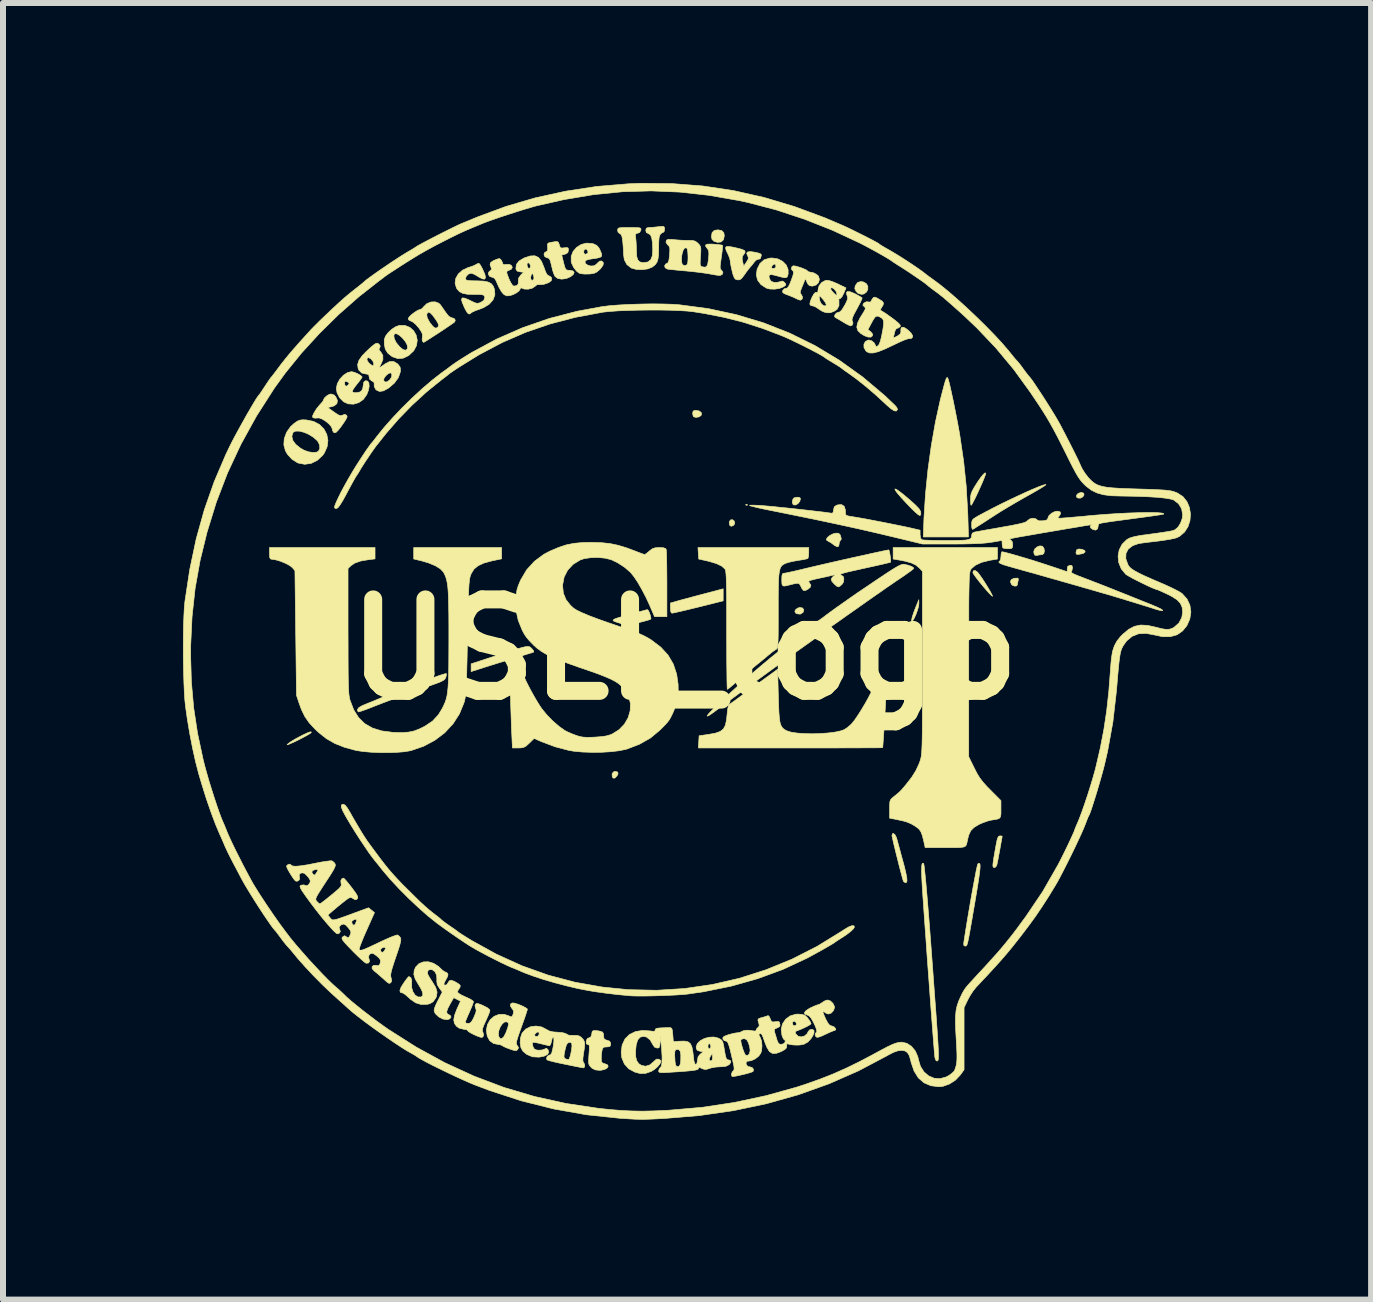
<source format=kicad_pcb>
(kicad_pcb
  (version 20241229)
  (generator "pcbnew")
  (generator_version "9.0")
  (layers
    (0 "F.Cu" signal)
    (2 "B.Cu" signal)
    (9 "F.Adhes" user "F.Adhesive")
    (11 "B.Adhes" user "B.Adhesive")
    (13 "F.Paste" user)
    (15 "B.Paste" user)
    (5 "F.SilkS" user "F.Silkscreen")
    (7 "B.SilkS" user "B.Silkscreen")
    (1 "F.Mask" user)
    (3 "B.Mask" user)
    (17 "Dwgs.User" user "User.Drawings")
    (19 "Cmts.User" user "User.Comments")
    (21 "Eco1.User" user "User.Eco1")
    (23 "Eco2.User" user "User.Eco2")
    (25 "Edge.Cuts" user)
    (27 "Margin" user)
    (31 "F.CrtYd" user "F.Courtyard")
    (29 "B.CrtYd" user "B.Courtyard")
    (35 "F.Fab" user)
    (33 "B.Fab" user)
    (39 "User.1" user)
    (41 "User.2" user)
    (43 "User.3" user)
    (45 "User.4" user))
  (footprint "USLI_logo"
    (layer "F.Cu")
    (at 8.359 7.776)
    (property "Reference" "USLI_logo" (at 0 0 0) (layer "F.SilkS") (effects (font (size 1.524 1.524) (thickness 0.3))))
    (attr through_hole)
    (fp_poly (pts (xy 1.049 -2.416) (xy 1.046 -2.405) (xy 1.036 -2.403) (xy 1.019 -2.41) (xy 1.023 -2.416) (xy 1.046 -2.419) (xy 1.049 -2.416)) (stroke (width 0.01) (type solid)) (fill yes) (layer "F.SilkS"))
    (fp_poly (pts (xy -1.114 2.042) (xy -1.107 2.071) (xy -1.125 2.107) (xy -1.161 2.143) (xy -1.19 2.143) (xy -1.204 2.12) (xy -1.207 2.072) (xy -1.183 2.04) (xy -1.155 2.032) (xy -1.114 2.042)) (stroke (width 0.01) (type solid)) (fill yes) (layer "F.SilkS"))
    (fp_poly (pts (xy 0.827 -2.144) (xy 0.838 -2.107) (xy 0.823 -2.073) (xy 0.818 -2.069) (xy 0.778 -2.053) (xy 0.755 -2.07) (xy 0.75 -2.081) (xy 0.746 -2.125) (xy 0.765 -2.158) (xy 0.796 -2.165) (xy 0.827 -2.144)) (stroke (width 0.01) (type solid)) (fill yes) (layer "F.SilkS"))
    (fp_poly (pts (xy 6.654 -2.606) (xy 6.66 -2.577) (xy 6.639 -2.544) (xy 6.6 -2.523) (xy 6.558 -2.525) (xy 6.535 -2.541) (xy 6.535 -2.572) (xy 6.561 -2.601) (xy 6.604 -2.617) (xy 6.616 -2.618) (xy 6.654 -2.606)) (stroke (width 0.01) (type solid)) (fill yes) (layer "F.SilkS"))
    (fp_poly (pts (xy 1.968 -0.692) (xy 1.989 -0.663) (xy 1.979 -0.623) (xy 1.973 -0.615) (xy 1.929 -0.589) (xy 1.874 -0.596) (xy 1.856 -0.605) (xy 1.839 -0.633) (xy 1.852 -0.664) (xy 1.887 -0.69) (xy 1.922 -0.7) (xy 1.968 -0.692)) (stroke (width 0.01) (type solid)) (fill yes) (layer "F.SilkS"))
    (fp_poly (pts (xy 6.624 -1.67) (xy 6.67 -1.651) (xy 6.679 -1.627) (xy 6.652 -1.604) (xy 6.621 -1.595) (xy 6.565 -1.585) (xy 6.536 -1.587) (xy 6.527 -1.603) (xy 6.526 -1.621) (xy 6.537 -1.661) (xy 6.574 -1.676) (xy 6.624 -1.67)) (stroke (width 0.01) (type solid)) (fill yes) (layer "F.SilkS"))
    (fp_poly (pts (xy 0.621 -6.983) (xy 0.656 -6.946) (xy 0.664 -6.895) (xy 0.65 -6.83) (xy 0.61 -6.793) (xy 0.551 -6.786) (xy 0.493 -6.804) (xy 0.459 -6.835) (xy 0.449 -6.886) (xy 0.461 -6.95) (xy 0.497 -6.985) (xy 0.557 -6.995) (xy 0.621 -6.983)) (stroke (width 0.01) (type solid)) (fill yes) (layer "F.SilkS"))
    (fp_poly (pts (xy 1.919 -2.534) (xy 1.934 -2.515) (xy 1.922 -2.469) (xy 1.891 -2.431) (xy 1.852 -2.409) (xy 1.817 -2.411) (xy 1.811 -2.416) (xy 1.797 -2.451) (xy 1.803 -2.494) (xy 1.823 -2.525) (xy 1.828 -2.528) (xy 1.879 -2.539) (xy 1.919 -2.534)) (stroke (width 0.01) (type solid)) (fill yes) (layer "F.SilkS"))
    (fp_poly (pts (xy 0.247 -3.975) (xy 0.28 -3.949) (xy 0.283 -3.914) (xy 0.274 -3.898) (xy 0.237 -3.876) (xy 0.189 -3.869) (xy 0.152 -3.88) (xy 0.15 -3.882) (xy 0.14 -3.91) (xy 0.137 -3.94) (xy 0.144 -3.974) (xy 0.174 -3.985) (xy 0.193 -3.986) (xy 0.247 -3.975)) (stroke (width 0.01) (type solid)) (fill yes) (layer "F.SilkS"))
    (fp_poly (pts (xy 5.566 -1.179) (xy 5.562 -1.149) (xy 5.552 -1.104) (xy 5.549 -1.079) (xy 5.534 -1.059) (xy 5.501 -1.057) (xy 5.465 -1.072) (xy 5.452 -1.083) (xy 5.432 -1.129) (xy 5.447 -1.165) (xy 5.494 -1.187) (xy 5.508 -1.188) (xy 5.552 -1.19) (xy 5.566 -1.179)) (stroke (width 0.01) (type solid)) (fill yes) (layer "F.SilkS"))
    (fp_poly (pts (xy 2.98 -6.127) (xy 3.031 -6.099) (xy 3.056 -6.054) (xy 3.056 -6.003) (xy 3.033 -5.957) (xy 2.989 -5.926) (xy 2.95 -5.92) (xy 2.893 -5.936) (xy 2.86 -5.97) (xy 2.839 -6.015) (xy 2.845 -6.057) (xy 2.85 -6.068) (xy 2.886 -6.118) (xy 2.939 -6.133) (xy 2.98 -6.127)) (stroke (width 0.01) (type solid)) (fill yes) (layer "F.SilkS"))
    (fp_poly (pts (xy 3.907 -0.758) (xy 3.9 -0.711) (xy 3.882 -0.65) (xy 3.858 -0.584) (xy 3.831 -0.525) (xy 3.806 -0.483) (xy 3.788 -0.469) (xy 3.785 -0.485) (xy 3.793 -0.527) (xy 3.8 -0.552) (xy 3.823 -0.622) (xy 3.853 -0.701) (xy 3.866 -0.733) (xy 3.906 -0.83) (xy 3.907 -0.758)) (stroke (width 0.01) (type solid)) (fill yes) (layer "F.SilkS"))
    (fp_poly (pts (xy 5.964 -1.722) (xy 5.97 -1.718) (xy 5.993 -1.683) (xy 5.999 -1.639) (xy 5.99 -1.601) (xy 5.966 -1.582) (xy 5.964 -1.582) (xy 5.916 -1.577) (xy 5.89 -1.571) (xy 5.852 -1.569) (xy 5.837 -1.575) (xy 5.825 -1.604) (xy 5.822 -1.634) (xy 5.838 -1.675) (xy 5.876 -1.709) (xy 5.923 -1.727) (xy 5.964 -1.722)) (stroke (width 0.01) (type solid)) (fill yes) (layer "F.SilkS"))
    (fp_poly (pts (xy -6.219 1.381) (xy -6.241 1.401) (xy -6.295 1.433) (xy -6.383 1.48) (xy -6.404 1.491) (xy -6.486 1.532) (xy -6.555 1.563) (xy -6.602 1.583) (xy -6.623 1.588) (xy -6.623 1.588) (xy -6.606 1.569) (xy -6.563 1.538) (xy -6.501 1.5) (xy -6.43 1.461) (xy -6.357 1.423) (xy -6.293 1.393) (xy -6.245 1.375) (xy -6.226 1.372) (xy -6.219 1.381)) (stroke (width 0.01) (type solid)) (fill yes) (layer "F.SilkS"))
    (fp_poly (pts (xy 0.645 -0.811) (xy 0.23 -0.707) (xy 0.107 -0.677) (xy -0.004 -0.65) (xy -0.096 -0.629) (xy -0.165 -0.613) (xy -0.204 -0.606) (xy -0.21 -0.605) (xy -0.227 -0.624) (xy -0.234 -0.677) (xy -0.234 -0.69) (xy -0.234 -0.775) (xy -0.112 -0.81) (xy -0.051 -0.827) (xy 0.039 -0.851) (xy 0.146 -0.88) (xy 0.263 -0.911) (xy 0.327 -0.928) (xy 0.645 -1.012) (xy 0.645 -0.811)) (stroke (width 0.01) (type solid)) (fill yes) (layer "F.SilkS"))
    (fp_poly (pts (xy 3.527 -2.672) (xy 3.571 -2.643) (xy 3.641 -2.59) (xy 3.734 -2.512) (xy 3.842 -2.416) (xy 3.907 -2.35) (xy 3.938 -2.296) (xy 3.939 -2.25) (xy 3.933 -2.239) (xy 3.92 -2.234) (xy 3.895 -2.248) (xy 3.853 -2.284) (xy 3.791 -2.343) (xy 3.708 -2.429) (xy 3.699 -2.438) (xy 3.609 -2.536) (xy 3.547 -2.608) (xy 3.514 -2.654) (xy 3.507 -2.676) (xy 3.527 -2.672)) (stroke (width 0.01) (type solid)) (fill yes) (layer "F.SilkS"))
    (fp_poly (pts (xy 2.566 -1.938) (xy 2.591 -1.918) (xy 2.604 -1.886) (xy 2.614 -1.841) (xy 2.603 -1.822) (xy 2.602 -1.821) (xy 2.584 -1.798) (xy 2.579 -1.768) (xy 2.571 -1.723) (xy 2.545 -1.712) (xy 2.501 -1.735) (xy 2.488 -1.745) (xy 2.441 -1.78) (xy 2.401 -1.802) (xy 2.398 -1.803) (xy 2.37 -1.822) (xy 2.364 -1.833) (xy 2.381 -1.865) (xy 2.422 -1.9) (xy 2.475 -1.927) (xy 2.519 -1.939) (xy 2.566 -1.938)) (stroke (width 0.01) (type solid)) (fill yes) (layer "F.SilkS"))
    (fp_poly (pts (xy 4.885 -1.289) (xy 4.891 -1.282) (xy 4.923 -1.24) (xy 4.965 -1.18) (xy 5.01 -1.111) (xy 5.054 -1.039) (xy 5.093 -0.974) (xy 5.121 -0.922) (xy 5.134 -0.892) (xy 5.134 -0.887) (xy 5.118 -0.898) (xy 5.083 -0.933) (xy 5.033 -0.988) (xy 4.974 -1.057) (xy 4.965 -1.068) (xy 4.905 -1.142) (xy 4.855 -1.207) (xy 4.821 -1.255) (xy 4.807 -1.282) (xy 4.806 -1.283) (xy 4.818 -1.314) (xy 4.847 -1.316) (xy 4.885 -1.289)) (stroke (width 0.01) (type solid)) (fill yes) (layer "F.SilkS"))
    (fp_poly (pts (xy 5.021 -2.937) (xy 5.014 -2.907) (xy 4.993 -2.852) (xy 4.963 -2.779) (xy 4.926 -2.696) (xy 4.888 -2.612) (xy 4.85 -2.532) (xy 4.816 -2.466) (xy 4.791 -2.42) (xy 4.777 -2.403) (xy 4.777 -2.403) (xy 4.771 -2.421) (xy 4.768 -2.466) (xy 4.767 -2.499) (xy 4.769 -2.55) (xy 4.777 -2.594) (xy 4.795 -2.64) (xy 4.826 -2.697) (xy 4.875 -2.775) (xy 4.888 -2.795) (xy 4.936 -2.864) (xy 4.977 -2.915) (xy 5.007 -2.942) (xy 5.021 -2.942) (xy 5.021 -2.937)) (stroke (width 0.01) (type solid)) (fill yes) (layer "F.SilkS"))
    (fp_poly (pts (xy -2.584 -0.046) (xy -2.566 -0.036) (xy -2.55 -0.02) (xy -2.542 -0.012) (xy -2.513 0.024) (xy -2.514 0.042) (xy -2.522 0.047) (xy -2.55 0.056) (xy -2.608 0.073) (xy -2.688 0.098) (xy -2.785 0.128) (xy -2.843 0.145) (xy -2.966 0.183) (xy -3.097 0.223) (xy -3.222 0.262) (xy -3.327 0.295) (xy -3.346 0.301) (xy -3.556 0.368) (xy -3.556 0.239) (xy -3.131 0.1) (xy -2.977 0.05) (xy -2.855 0.011) (xy -2.762 -0.018) (xy -2.693 -0.037) (xy -2.643 -0.048) (xy -2.608 -0.05) (xy -2.584 -0.046)) (stroke (width 0.01) (type solid)) (fill yes) (layer "F.SilkS"))
    (fp_poly (pts (xy 5.289 3.109) (xy 5.295 3.113) (xy 5.292 3.138) (xy 5.282 3.191) (xy 5.269 3.264) (xy 5.254 3.348) (xy 5.238 3.432) (xy 5.224 3.509) (xy 5.212 3.567) (xy 5.205 3.599) (xy 5.205 3.6) (xy 5.182 3.629) (xy 5.164 3.634) (xy 5.146 3.628) (xy 5.14 3.602) (xy 5.145 3.547) (xy 5.146 3.541) (xy 5.155 3.478) (xy 5.17 3.392) (xy 5.186 3.3) (xy 5.19 3.278) (xy 5.206 3.194) (xy 5.22 3.143) (xy 5.235 3.116) (xy 5.253 3.107) (xy 5.258 3.107) (xy 5.289 3.109)) (stroke (width 0.01) (type solid)) (fill yes) (layer "F.SilkS"))
    (fp_poly (pts (xy -0.601 -0.648) (xy -0.582 -0.608) (xy -0.567 -0.561) (xy -0.559 -0.522) (xy -0.561 -0.507) (xy -0.588 -0.495) (xy -0.643 -0.479) (xy -0.716 -0.46) (xy -0.794 -0.441) (xy -0.869 -0.426) (xy -0.929 -0.415) (xy -0.962 -0.412) (xy -1.007 -0.419) (xy -1.069 -0.436) (xy -1.099 -0.445) (xy -1.145 -0.46) (xy -1.177 -0.473) (xy -1.19 -0.485) (xy -1.183 -0.498) (xy -1.152 -0.514) (xy -1.094 -0.533) (xy -1.006 -0.559) (xy -0.885 -0.593) (xy -0.807 -0.615) (xy -0.728 -0.636) (xy -0.665 -0.653) (xy -0.625 -0.663) (xy -0.617 -0.664) (xy -0.601 -0.648)) (stroke (width 0.01) (type solid)) (fill yes) (layer "F.SilkS"))
    (fp_poly (pts (xy 3.511 3.091) (xy 3.533 3.135) (xy 3.538 3.151) (xy 3.552 3.202) (xy 3.573 3.28) (xy 3.599 3.375) (xy 3.626 3.476) (xy 3.627 3.478) (xy 3.665 3.618) (xy 3.69 3.724) (xy 3.705 3.801) (xy 3.709 3.852) (xy 3.703 3.879) (xy 3.688 3.888) (xy 3.687 3.888) (xy 3.656 3.872) (xy 3.646 3.854) (xy 3.631 3.803) (xy 3.611 3.727) (xy 3.586 3.633) (xy 3.56 3.529) (xy 3.533 3.423) (xy 3.508 3.32) (xy 3.486 3.23) (xy 3.47 3.158) (xy 3.46 3.113) (xy 3.458 3.102) (xy 3.467 3.07) (xy 3.486 3.067) (xy 3.511 3.091)) (stroke (width 0.01) (type solid)) (fill yes) (layer "F.SilkS"))
    (fp_poly (pts (xy 4.386 -4.53) (xy 4.396 -4.505) (xy 4.412 -4.448) (xy 4.432 -4.364) (xy 4.455 -4.259) (xy 4.481 -4.139) (xy 4.507 -4.01) (xy 4.533 -3.878) (xy 4.558 -3.747) (xy 4.58 -3.625) (xy 4.59 -3.566) (xy 4.653 -3.137) (xy 4.696 -2.723) (xy 4.72 -2.309) (xy 4.723 -2.242) (xy 4.734 -1.876) (xy 3.98 -1.876) (xy 3.992 -2.193) (xy 4.017 -2.587) (xy 4.058 -2.994) (xy 4.114 -3.4) (xy 4.184 -3.796) (xy 4.266 -4.17) (xy 4.299 -4.297) (xy 4.326 -4.399) (xy 4.346 -4.469) (xy 4.361 -4.511) (xy 4.372 -4.531) (xy 4.381 -4.534) (xy 4.386 -4.53)) (stroke (width 0.01) (type solid)) (fill yes) (layer "F.SilkS"))
    (fp_poly (pts (xy 4.918 3.566) (xy 4.925 3.579) (xy 4.928 3.606) (xy 4.926 3.652) (xy 4.919 3.718) (xy 4.907 3.807) (xy 4.889 3.923) (xy 4.865 4.069) (xy 4.835 4.247) (xy 4.798 4.461) (xy 4.798 4.465) (xy 4.772 4.612) (xy 4.752 4.726) (xy 4.736 4.81) (xy 4.724 4.869) (xy 4.714 4.907) (xy 4.705 4.93) (xy 4.695 4.94) (xy 4.685 4.943) (xy 4.676 4.943) (xy 4.658 4.935) (xy 4.654 4.903) (xy 4.658 4.87) (xy 4.683 4.707) (xy 4.71 4.54) (xy 4.738 4.373) (xy 4.766 4.21) (xy 4.793 4.056) (xy 4.819 3.915) (xy 4.842 3.793) (xy 4.861 3.693) (xy 4.877 3.62) (xy 4.888 3.579) (xy 4.892 3.571) (xy 4.907 3.564) (xy 4.918 3.566)) (stroke (width 0.01) (type solid)) (fill yes) (layer "F.SilkS"))
    (fp_poly (pts (xy 6.015 -2.738) (xy 5.976 -2.712) (xy 5.914 -2.674) (xy 5.832 -2.626) (xy 5.772 -2.592) (xy 5.642 -2.519) (xy 5.51 -2.443) (xy 5.386 -2.37) (xy 5.277 -2.304) (xy 5.19 -2.249) (xy 5.158 -2.228) (xy 5.127 -2.208) (xy 5.073 -2.173) (xy 5.007 -2.13) (xy 4.938 -2.086) (xy 4.875 -2.046) (xy 4.829 -2.016) (xy 4.811 -2.005) (xy 4.796 -2.006) (xy 4.788 -2.038) (xy 4.787 -2.078) (xy 4.788 -2.124) (xy 4.797 -2.155) (xy 4.821 -2.181) (xy 4.867 -2.21) (xy 4.909 -2.234) (xy 5.023 -2.295) (xy 5.149 -2.361) (xy 5.282 -2.428) (xy 5.418 -2.494) (xy 5.551 -2.557) (xy 5.677 -2.615) (xy 5.791 -2.666) (xy 5.888 -2.706) (xy 5.963 -2.735) (xy 6.011 -2.749) (xy 6.025 -2.749) (xy 6.015 -2.738)) (stroke (width 0.01) (type solid)) (fill yes) (layer "F.SilkS"))
    (fp_poly (pts (xy 2.758 -5.964) (xy 2.829 -5.936) (xy 2.843 -5.929) (xy 2.901 -5.898) (xy 2.944 -5.873) (xy 2.961 -5.86) (xy 2.955 -5.839) (xy 2.934 -5.791) (xy 2.9 -5.726) (xy 2.873 -5.675) (xy 2.826 -5.589) (xy 2.8 -5.53) (xy 2.792 -5.494) (xy 2.797 -5.477) (xy 2.809 -5.442) (xy 2.798 -5.408) (xy 2.77 -5.394) (xy 2.77 -5.394) (xy 2.741 -5.405) (xy 2.691 -5.43) (xy 2.638 -5.462) (xy 2.579 -5.497) (xy 2.534 -5.523) (xy 2.513 -5.534) (xy 2.5 -5.554) (xy 2.51 -5.584) (xy 2.535 -5.61) (xy 2.562 -5.619) (xy 2.592 -5.628) (xy 2.625 -5.663) (xy 2.665 -5.728) (xy 2.668 -5.732) (xy 2.702 -5.798) (xy 2.718 -5.842) (xy 2.718 -5.875) (xy 2.711 -5.894) (xy 2.698 -5.943) (xy 2.713 -5.966) (xy 2.758 -5.964)) (stroke (width 0.01) (type solid)) (fill yes) (layer "F.SilkS"))
    (fp_poly (pts (xy -4.658 -5.401) (xy -4.577 -5.369) (xy -4.514 -5.313) (xy -4.472 -5.24) (xy -4.454 -5.156) (xy -4.466 -5.068) (xy -4.51 -4.984) (xy -4.517 -4.975) (xy -4.598 -4.899) (xy -4.688 -4.856) (xy -4.779 -4.849) (xy -4.867 -4.879) (xy -4.878 -4.886) (xy -4.945 -4.94) (xy -4.986 -5.003) (xy -5.003 -5.085) (xy -5.004 -5.164) (xy -4.985 -5.219) (xy -4.975 -5.233) (xy -4.845 -5.233) (xy -4.838 -5.185) (xy -4.812 -5.128) (xy -4.802 -5.112) (xy -4.745 -5.043) (xy -4.694 -5.001) (xy -4.652 -4.988) (xy -4.624 -5.004) (xy -4.615 -5.032) (xy -4.623 -5.078) (xy -4.652 -5.132) (xy -4.695 -5.185) (xy -4.743 -5.231) (xy -4.79 -5.26) (xy -4.827 -5.264) (xy -4.831 -5.262) (xy -4.845 -5.233) (xy -4.975 -5.233) (xy -4.94 -5.281) (xy -4.879 -5.338) (xy -4.81 -5.382) (xy -4.752 -5.402) (xy -4.658 -5.401)) (stroke (width 0.01) (type solid)) (fill yes) (layer "F.SilkS"))
    (fp_poly (pts (xy -3.968 0.425) (xy -3.978 0.464) (xy -3.992 0.491) (xy -4.018 0.514) (xy -4.063 0.537) (xy -4.135 0.566) (xy -4.182 0.582) (xy -4.43 0.67) (xy -4.659 0.753) (xy -4.866 0.829) (xy -5.045 0.897) (xy -5.192 0.954) (xy -5.201 0.958) (xy -5.288 0.992) (xy -5.362 1.019) (xy -5.415 1.036) (xy -5.439 1.04) (xy -5.44 1.04) (xy -5.453 1.006) (xy -5.43 0.97) (xy -5.372 0.936) (xy -5.358 0.93) (xy -5.305 0.908) (xy -5.226 0.876) (xy -5.131 0.837) (xy -5.03 0.794) (xy -5.012 0.787) (xy -4.913 0.746) (xy -4.822 0.708) (xy -4.747 0.678) (xy -4.696 0.658) (xy -4.689 0.656) (xy -4.648 0.641) (xy -4.579 0.615) (xy -4.488 0.581) (xy -4.383 0.541) (xy -4.3 0.511) (xy -4.196 0.472) (xy -4.104 0.44) (xy -4.032 0.416) (xy -3.985 0.403) (xy -3.969 0.401) (xy -3.968 0.425)) (stroke (width 0.01) (type solid)) (fill yes) (layer "F.SilkS"))
    (fp_poly (pts (xy -5.844 -4.244) (xy -5.814 -4.216) (xy -5.785 -4.152) (xy -5.793 -4.099) (xy -5.837 -4.062) (xy -5.882 -4.047) (xy -5.947 -4.034) (xy -5.842 -3.958) (xy -5.783 -3.918) (xy -5.744 -3.899) (xy -5.717 -3.898) (xy -5.7 -3.906) (xy -5.662 -3.92) (xy -5.636 -3.907) (xy -5.623 -3.888) (xy -5.629 -3.861) (xy -5.655 -3.816) (xy -5.67 -3.793) (xy -5.73 -3.707) (xy -5.775 -3.651) (xy -5.807 -3.62) (xy -5.831 -3.612) (xy -5.844 -3.616) (xy -5.866 -3.648) (xy -5.871 -3.677) (xy -5.887 -3.716) (xy -5.928 -3.762) (xy -5.983 -3.807) (xy -6.041 -3.842) (xy -6.092 -3.86) (xy -6.109 -3.859) (xy -6.157 -3.856) (xy -6.182 -3.861) (xy -6.199 -3.872) (xy -6.198 -3.895) (xy -6.178 -3.938) (xy -6.174 -3.946) (xy -6.134 -4.011) (xy -6.084 -4.073) (xy -6.077 -4.08) (xy -6.041 -4.12) (xy -6.02 -4.15) (xy -6.018 -4.157) (xy -6.002 -4.191) (xy -5.964 -4.227) (xy -5.918 -4.254) (xy -5.891 -4.259) (xy -5.844 -4.244)) (stroke (width 0.01) (type solid)) (fill yes) (layer "F.SilkS"))
    (fp_poly (pts (xy -6.301 -3.826) (xy -6.182 -3.802) (xy -6.084 -3.75) (xy -6.01 -3.676) (xy -5.962 -3.586) (xy -5.943 -3.485) (xy -5.956 -3.38) (xy -6.003 -3.275) (xy -6.033 -3.234) (xy -6.12 -3.153) (xy -6.221 -3.103) (xy -6.329 -3.087) (xy -6.435 -3.107) (xy -6.454 -3.115) (xy -6.542 -3.171) (xy -6.617 -3.253) (xy -6.652 -3.314) (xy -6.678 -3.411) (xy -6.671 -3.516) (xy -6.657 -3.552) (xy -6.545 -3.552) (xy -6.528 -3.485) (xy -6.479 -3.418) (xy -6.4 -3.355) (xy -6.342 -3.322) (xy -6.267 -3.295) (xy -6.193 -3.284) (xy -6.131 -3.289) (xy -6.1 -3.306) (xy -6.078 -3.352) (xy -6.083 -3.412) (xy -6.112 -3.47) (xy -6.122 -3.482) (xy -6.187 -3.539) (xy -6.264 -3.587) (xy -6.345 -3.621) (xy -6.42 -3.64) (xy -6.482 -3.64) (xy -6.523 -3.62) (xy -6.526 -3.614) (xy -6.545 -3.552) (xy -6.657 -3.552) (xy -6.633 -3.619) (xy -6.567 -3.713) (xy -6.507 -3.768) (xy -6.454 -3.805) (xy -6.412 -3.823) (xy -6.361 -3.829) (xy -6.301 -3.826)) (stroke (width 0.01) (type solid)) (fill yes) (layer "F.SilkS"))
    (fp_poly (pts (xy 1.556 -6.511) (xy 1.636 -6.47) (xy 1.696 -6.409) (xy 1.727 -6.334) (xy 1.728 -6.261) (xy 1.719 -6.225) (xy 1.705 -6.204) (xy 1.678 -6.197) (xy 1.631 -6.204) (xy 1.556 -6.224) (xy 1.52 -6.234) (xy 1.453 -6.249) (xy 1.417 -6.244) (xy 1.408 -6.218) (xy 1.418 -6.179) (xy 1.444 -6.137) (xy 1.49 -6.12) (xy 1.499 -6.119) (xy 1.555 -6.121) (xy 1.599 -6.133) (xy 1.635 -6.142) (xy 1.668 -6.118) (xy 1.67 -6.116) (xy 1.69 -6.089) (xy 1.684 -6.07) (xy 1.652 -6.046) (xy 1.585 -6.019) (xy 1.501 -6.006) (xy 1.418 -6.009) (xy 1.364 -6.024) (xy 1.274 -6.083) (xy 1.218 -6.158) (xy 1.197 -6.247) (xy 1.212 -6.343) (xy 1.227 -6.371) (xy 1.447 -6.371) (xy 1.461 -6.353) (xy 1.485 -6.35) (xy 1.518 -6.364) (xy 1.524 -6.389) (xy 1.515 -6.423) (xy 1.49 -6.422) (xy 1.469 -6.405) (xy 1.447 -6.371) (xy 1.227 -6.371) (xy 1.259 -6.435) (xy 1.327 -6.495) (xy 1.417 -6.523) (xy 1.459 -6.526) (xy 1.556 -6.511)) (stroke (width 0.01) (type solid)) (fill yes) (layer "F.SilkS"))
    (fp_poly (pts (xy -2.115 -6.797) (xy -2.098 -6.781) (xy -2.087 -6.747) (xy -2.086 -6.742) (xy -2.072 -6.704) (xy -2.048 -6.691) (xy -2.002 -6.696) (xy -1.957 -6.7) (xy -1.938 -6.69) (xy -1.934 -6.657) (xy -1.934 -6.656) (xy -1.944 -6.615) (xy -1.98 -6.593) (xy -1.99 -6.59) (xy -2.046 -6.575) (xy -2.015 -6.448) (xy -1.997 -6.38) (xy -1.982 -6.342) (xy -1.963 -6.325) (xy -1.933 -6.321) (xy -1.915 -6.321) (xy -1.86 -6.311) (xy -1.839 -6.286) (xy -1.853 -6.251) (xy -1.899 -6.214) (xy -1.971 -6.183) (xy -2.046 -6.173) (xy -2.111 -6.184) (xy -2.156 -6.216) (xy -2.157 -6.218) (xy -2.179 -6.263) (xy -2.2 -6.328) (xy -2.207 -6.36) (xy -2.226 -6.439) (xy -2.24 -6.488) (xy -2.255 -6.514) (xy -2.273 -6.526) (xy -2.292 -6.529) (xy -2.327 -6.548) (xy -2.342 -6.581) (xy -2.334 -6.613) (xy -2.31 -6.628) (xy -2.286 -6.643) (xy -2.279 -6.678) (xy -2.282 -6.707) (xy -2.285 -6.751) (xy -2.273 -6.773) (xy -2.236 -6.785) (xy -2.21 -6.789) (xy -2.149 -6.799) (xy -2.115 -6.797)) (stroke (width 0.01) (type solid)) (fill yes) (layer "F.SilkS"))
    (fp_poly (pts (xy 0.806 -6.707) (xy 0.88 -6.69) (xy 0.958 -6.67) (xy 1.001 -6.65) (xy 1.012 -6.627) (xy 0.997 -6.596) (xy 0.984 -6.581) (xy 0.964 -6.548) (xy 0.962 -6.504) (xy 0.969 -6.467) (xy 0.987 -6.389) (xy 1.032 -6.456) (xy 1.06 -6.502) (xy 1.065 -6.534) (xy 1.052 -6.563) (xy 1.036 -6.604) (xy 1.053 -6.627) (xy 1.103 -6.632) (xy 1.179 -6.621) (xy 1.245 -6.605) (xy 1.277 -6.589) (xy 1.281 -6.57) (xy 1.281 -6.57) (xy 1.271 -6.534) (xy 1.27 -6.524) (xy 1.254 -6.509) (xy 1.233 -6.506) (xy 1.195 -6.491) (xy 1.167 -6.462) (xy 1.129 -6.412) (xy 1.1 -6.379) (xy 1.068 -6.341) (xy 1.026 -6.285) (xy 1 -6.247) (xy 0.959 -6.193) (xy 0.928 -6.166) (xy 0.894 -6.16) (xy 0.856 -6.168) (xy 0.832 -6.191) (xy 0.809 -6.249) (xy 0.793 -6.311) (xy 0.777 -6.384) (xy 0.766 -6.445) (xy 0.762 -6.482) (xy 0.753 -6.521) (xy 0.732 -6.576) (xy 0.723 -6.594) (xy 0.694 -6.655) (xy 0.684 -6.695) (xy 0.696 -6.715) (xy 0.736 -6.718) (xy 0.806 -6.707)) (stroke (width 0.01) (type solid)) (fill yes) (layer "F.SilkS"))
    (fp_poly (pts (xy -1.46 6.353) (xy -1.409 6.362) (xy -1.367 6.376) (xy -1.35 6.404) (xy -1.348 6.438) (xy -1.343 6.483) (xy -1.319 6.505) (xy -1.29 6.513) (xy -1.247 6.529) (xy -1.232 6.56) (xy -1.231 6.574) (xy -1.236 6.608) (xy -1.26 6.621) (xy -1.297 6.624) (xy -1.343 6.628) (xy -1.365 6.65) (xy -1.375 6.685) (xy -1.384 6.748) (xy -1.387 6.817) (xy -1.387 6.819) (xy -1.384 6.868) (xy -1.367 6.892) (xy -1.329 6.904) (xy -1.284 6.922) (xy -1.272 6.947) (xy -1.287 6.974) (xy -1.326 6.998) (xy -1.384 7.012) (xy -1.419 7.014) (xy -1.487 7.007) (xy -1.536 6.982) (xy -1.556 6.965) (xy -1.58 6.938) (xy -1.594 6.912) (xy -1.599 6.877) (xy -1.597 6.82) (xy -1.592 6.75) (xy -1.586 6.669) (xy -1.585 6.62) (xy -1.59 6.594) (xy -1.603 6.585) (xy -1.611 6.584) (xy -1.635 6.574) (xy -1.638 6.535) (xy -1.638 6.531) (xy -1.623 6.489) (xy -1.602 6.477) (xy -1.563 6.461) (xy -1.545 6.413) (xy -1.544 6.394) (xy -1.537 6.364) (xy -1.511 6.351) (xy -1.46 6.353)) (stroke (width 0.01) (type solid)) (fill yes) (layer "F.SilkS"))
    (fp_poly (pts (xy -5.509 -4.622) (xy -5.457 -4.602) (xy -5.409 -4.575) (xy -5.378 -4.551) (xy -5.373 -4.54) (xy -5.385 -4.52) (xy -5.415 -4.478) (xy -5.458 -4.424) (xy -5.461 -4.42) (xy -5.503 -4.366) (xy -5.53 -4.322) (xy -5.538 -4.297) (xy -5.538 -4.296) (xy -5.509 -4.281) (xy -5.461 -4.28) (xy -5.412 -4.292) (xy -5.384 -4.31) (xy -5.363 -4.35) (xy -5.354 -4.405) (xy -5.354 -4.405) (xy -5.346 -4.455) (xy -5.321 -4.478) (xy -5.316 -4.48) (xy -5.28 -4.474) (xy -5.26 -4.44) (xy -5.256 -4.384) (xy -5.27 -4.315) (xy -5.295 -4.25) (xy -5.352 -4.169) (xy -5.429 -4.115) (xy -5.517 -4.089) (xy -5.607 -4.095) (xy -5.681 -4.129) (xy -5.748 -4.195) (xy -5.791 -4.279) (xy -5.803 -4.351) (xy -5.787 -4.429) (xy -5.782 -4.438) (xy -5.666 -4.438) (xy -5.657 -4.396) (xy -5.634 -4.389) (xy -5.609 -4.406) (xy -5.589 -4.432) (xy -5.599 -4.449) (xy -5.608 -4.455) (xy -5.646 -4.473) (xy -5.664 -4.46) (xy -5.666 -4.438) (xy -5.782 -4.438) (xy -5.745 -4.506) (xy -5.685 -4.571) (xy -5.616 -4.616) (xy -5.551 -4.631) (xy -5.509 -4.622)) (stroke (width 0.01) (type solid)) (fill yes) (layer "F.SilkS"))
    (fp_poly (pts (xy 2.434 5.859) (xy 2.476 5.9) (xy 2.5 5.951) (xy 2.501 5.966) (xy 2.485 6.017) (xy 2.447 6.059) (xy 2.399 6.076) (xy 2.398 6.076) (xy 2.36 6.063) (xy 2.336 6.046) (xy 2.312 6.028) (xy 2.308 6.044) (xy 2.325 6.092) (xy 2.356 6.163) (xy 2.39 6.226) (xy 2.419 6.261) (xy 2.452 6.275) (xy 2.459 6.276) (xy 2.492 6.289) (xy 2.515 6.313) (xy 2.522 6.337) (xy 2.506 6.35) (xy 2.503 6.35) (xy 2.476 6.358) (xy 2.425 6.379) (xy 2.361 6.409) (xy 2.361 6.409) (xy 2.284 6.444) (xy 2.234 6.462) (xy 2.204 6.463) (xy 2.186 6.447) (xy 2.18 6.433) (xy 2.178 6.402) (xy 2.187 6.393) (xy 2.205 6.376) (xy 2.203 6.34) (xy 2.181 6.28) (xy 2.15 6.214) (xy 2.109 6.142) (xy 2.073 6.104) (xy 2.047 6.093) (xy 2.005 6.078) (xy 1.999 6.052) (xy 2.026 6.019) (xy 2.086 5.98) (xy 2.1 5.973) (xy 2.161 5.945) (xy 2.208 5.926) (xy 2.23 5.92) (xy 2.258 5.909) (xy 2.299 5.882) (xy 2.3 5.881) (xy 2.346 5.853) (xy 2.386 5.842) (xy 2.434 5.859)) (stroke (width 0.01) (type solid)) (fill yes) (layer "F.SilkS"))
    (fp_poly (pts (xy -1.536 -6.767) (xy -1.514 -6.76) (xy -1.463 -6.736) (xy -1.427 -6.696) (xy -1.403 -6.648) (xy -1.381 -6.593) (xy -1.38 -6.558) (xy -1.404 -6.537) (xy -1.459 -6.523) (xy -1.516 -6.515) (xy -1.579 -6.505) (xy -1.628 -6.492) (xy -1.643 -6.485) (xy -1.66 -6.46) (xy -1.646 -6.43) (xy -1.61 -6.405) (xy -1.561 -6.392) (xy -1.506 -6.396) (xy -1.465 -6.424) (xy -1.455 -6.437) (xy -1.412 -6.474) (xy -1.381 -6.476) (xy -1.352 -6.449) (xy -1.357 -6.407) (xy -1.395 -6.352) (xy -1.416 -6.331) (xy -1.463 -6.291) (xy -1.508 -6.27) (xy -1.569 -6.26) (xy -1.597 -6.259) (xy -1.667 -6.258) (xy -1.726 -6.264) (xy -1.751 -6.271) (xy -1.801 -6.308) (xy -1.848 -6.369) (xy -1.881 -6.439) (xy -1.888 -6.464) (xy -1.888 -6.554) (xy -1.865 -6.613) (xy -1.679 -6.613) (xy -1.664 -6.59) (xy -1.648 -6.588) (xy -1.616 -6.603) (xy -1.609 -6.614) (xy -1.612 -6.646) (xy -1.633 -6.672) (xy -1.658 -6.674) (xy -1.659 -6.674) (xy -1.678 -6.647) (xy -1.679 -6.613) (xy -1.865 -6.613) (xy -1.856 -6.636) (xy -1.798 -6.703) (xy -1.721 -6.751) (xy -1.632 -6.774) (xy -1.536 -6.767)) (stroke (width 0.01) (type solid)) (fill yes) (layer "F.SilkS"))
    (fp_poly (pts (xy 1.847 -6.392) (xy 1.908 -6.375) (xy 1.931 -6.368) (xy 1.992 -6.344) (xy 2.036 -6.323) (xy 2.052 -6.309) (xy 2.068 -6.295) (xy 2.092 -6.291) (xy 2.148 -6.28) (xy 2.202 -6.252) (xy 2.232 -6.225) (xy 2.249 -6.17) (xy 2.235 -6.116) (xy 2.194 -6.076) (xy 2.135 -6.057) (xy 2.127 -6.057) (xy 2.083 -6.065) (xy 2.054 -6.095) (xy 2.042 -6.12) (xy 2.015 -6.184) (xy 1.997 -6.135) (xy 1.976 -6.084) (xy 1.951 -6.022) (xy 1.948 -6.015) (xy 1.931 -5.967) (xy 1.931 -5.939) (xy 1.948 -5.915) (xy 1.949 -5.914) (xy 1.967 -5.878) (xy 1.962 -5.842) (xy 1.937 -5.824) (xy 1.93 -5.823) (xy 1.896 -5.833) (xy 1.856 -5.852) (xy 1.807 -5.875) (xy 1.743 -5.901) (xy 1.717 -5.911) (xy 1.662 -5.932) (xy 1.637 -5.953) (xy 1.635 -5.978) (xy 1.636 -5.98) (xy 1.662 -6.012) (xy 1.687 -6.018) (xy 1.712 -6.025) (xy 1.735 -6.052) (xy 1.76 -6.104) (xy 1.78 -6.155) (xy 1.806 -6.227) (xy 1.817 -6.272) (xy 1.816 -6.299) (xy 1.805 -6.313) (xy 1.781 -6.342) (xy 1.788 -6.374) (xy 1.794 -6.384) (xy 1.812 -6.395) (xy 1.847 -6.392)) (stroke (width 0.01) (type solid)) (fill yes) (layer "F.SilkS"))
    (fp_poly (pts (xy 3.981 3.564) (xy 3.987 3.569) (xy 3.992 3.592) (xy 4 3.65) (xy 4.009 3.74) (xy 4.021 3.858) (xy 4.034 4.002) (xy 4.048 4.167) (xy 4.063 4.35) (xy 4.079 4.548) (xy 4.093 4.73) (xy 4.118 5.064) (xy 4.14 5.361) (xy 4.159 5.623) (xy 4.176 5.853) (xy 4.191 6.052) (xy 4.203 6.223) (xy 4.213 6.368) (xy 4.221 6.489) (xy 4.227 6.589) (xy 4.231 6.668) (xy 4.233 6.731) (xy 4.233 6.778) (xy 4.232 6.811) (xy 4.23 6.834) (xy 4.226 6.848) (xy 4.221 6.855) (xy 4.215 6.858) (xy 4.207 6.858) (xy 4.202 6.858) (xy 4.186 6.841) (xy 4.174 6.799) (xy 4.173 6.795) (xy 4.17 6.764) (xy 4.164 6.698) (xy 4.156 6.599) (xy 4.146 6.472) (xy 4.134 6.32) (xy 4.121 6.146) (xy 4.106 5.953) (xy 4.091 5.745) (xy 4.075 5.526) (xy 4.058 5.298) (xy 4.041 5.066) (xy 4.025 4.832) (xy 4.008 4.601) (xy 3.992 4.375) (xy 3.977 4.158) (xy 3.973 4.102) (xy 3.962 3.932) (xy 3.955 3.798) (xy 3.952 3.697) (xy 3.953 3.626) (xy 3.958 3.582) (xy 3.967 3.562) (xy 3.981 3.564)) (stroke (width 0.01) (type solid)) (fill yes) (layer "F.SilkS"))
    (fp_poly (pts (xy -4.096 -5.772) (xy -4.07 -5.748) (xy -4.045 -5.713) (xy -4.008 -5.66) (xy -3.982 -5.622) (xy -3.934 -5.56) (xy -3.892 -5.532) (xy -3.877 -5.529) (xy -3.838 -5.517) (xy -3.82 -5.489) (xy -3.832 -5.458) (xy -3.836 -5.455) (xy -3.862 -5.436) (xy -3.911 -5.402) (xy -3.978 -5.357) (xy -4.054 -5.306) (xy -4.134 -5.254) (xy -4.21 -5.205) (xy -4.275 -5.163) (xy -4.322 -5.133) (xy -4.346 -5.119) (xy -4.347 -5.119) (xy -4.363 -5.133) (xy -4.367 -5.139) (xy -4.373 -5.172) (xy -4.368 -5.212) (xy -4.367 -5.252) (xy -4.385 -5.296) (xy -4.426 -5.357) (xy -4.43 -5.362) (xy -4.478 -5.417) (xy -4.525 -5.457) (xy -4.553 -5.471) (xy -4.591 -5.489) (xy -4.606 -5.511) (xy -4.593 -5.537) (xy -4.558 -5.574) (xy -4.544 -5.585) (xy -4.297 -5.585) (xy -4.288 -5.531) (xy -4.251 -5.46) (xy -4.237 -5.44) (xy -4.19 -5.382) (xy -4.154 -5.357) (xy -4.123 -5.363) (xy -4.106 -5.38) (xy -4.098 -5.405) (xy -4.111 -5.443) (xy -4.143 -5.495) (xy -4.196 -5.569) (xy -4.236 -5.61) (xy -4.266 -5.622) (xy -4.278 -5.618) (xy -4.297 -5.585) (xy -4.544 -5.585) (xy -4.509 -5.613) (xy -4.459 -5.646) (xy -4.418 -5.665) (xy -4.407 -5.666) (xy -4.376 -5.681) (xy -4.347 -5.713) (xy -4.295 -5.764) (xy -4.228 -5.792) (xy -4.157 -5.795) (xy -4.096 -5.772)) (stroke (width 0.01) (type solid)) (fill yes) (layer "F.SilkS"))
    (fp_poly (pts (xy 2.422 -6.146) (xy 2.488 -6.123) (xy 2.56 -6.092) (xy 2.563 -6.09) (xy 2.693 -6.027) (xy 2.653 -5.933) (xy 2.625 -5.88) (xy 2.6 -5.852) (xy 2.589 -5.849) (xy 2.573 -5.842) (xy 2.575 -5.811) (xy 2.575 -5.73) (xy 2.543 -5.67) (xy 2.491 -5.636) (xy 2.434 -5.615) (xy 2.388 -5.612) (xy 2.335 -5.622) (xy 2.294 -5.639) (xy 2.243 -5.671) (xy 2.234 -5.678) (xy 2.188 -5.708) (xy 2.151 -5.724) (xy 2.146 -5.725) (xy 2.105 -5.733) (xy 2.089 -5.757) (xy 2.098 -5.804) (xy 2.121 -5.859) (xy 2.121 -5.86) (xy 2.247 -5.86) (xy 2.258 -5.806) (xy 2.277 -5.768) (xy 2.31 -5.736) (xy 2.342 -5.725) (xy 2.361 -5.737) (xy 2.363 -5.749) (xy 2.351 -5.778) (xy 2.321 -5.822) (xy 2.305 -5.841) (xy 2.269 -5.881) (xy 2.253 -5.894) (xy 2.247 -5.881) (xy 2.247 -5.86) (xy 2.121 -5.86) (xy 2.154 -5.922) (xy 2.18 -5.951) (xy 2.198 -5.952) (xy 2.219 -5.954) (xy 2.227 -5.986) (xy 2.227 -6) (xy 2.23 -6.01) (xy 2.435 -6.01) (xy 2.456 -5.977) (xy 2.474 -5.957) (xy 2.513 -5.917) (xy 2.533 -5.903) (xy 2.539 -5.912) (xy 2.54 -5.928) (xy 2.528 -5.966) (xy 2.5 -6.003) (xy 2.468 -6.027) (xy 2.444 -6.029) (xy 2.435 -6.01) (xy 2.23 -6.01) (xy 2.244 -6.064) (xy 2.288 -6.118) (xy 2.347 -6.15) (xy 2.378 -6.154) (xy 2.422 -6.146)) (stroke (width 0.01) (type solid)) (fill yes) (layer "F.SilkS"))
    (fp_poly (pts (xy -2.836 5.894) (xy -2.773 5.913) (xy -2.709 5.939) (xy -2.656 5.966) (xy -2.623 5.988) (xy -2.618 5.997) (xy -2.625 6.021) (xy -2.642 6.076) (xy -2.668 6.152) (xy -2.701 6.245) (xy -2.718 6.292) (xy -2.756 6.398) (xy -2.782 6.475) (xy -2.797 6.527) (xy -2.802 6.561) (xy -2.799 6.583) (xy -2.789 6.599) (xy -2.787 6.601) (xy -2.766 6.634) (xy -2.777 6.663) (xy -2.78 6.667) (xy -2.797 6.683) (xy -2.821 6.686) (xy -2.863 6.676) (xy -2.91 6.66) (xy -2.972 6.637) (xy -3.019 6.615) (xy -3.036 6.604) (xy -3.07 6.588) (xy -3.1 6.584) (xy -3.184 6.567) (xy -3.248 6.519) (xy -3.288 6.443) (xy -3.292 6.416) (xy -3.102 6.416) (xy -3.097 6.447) (xy -3.075 6.484) (xy -3.045 6.486) (xy -3.011 6.454) (xy -2.978 6.391) (xy -2.973 6.378) (xy -2.945 6.301) (xy -2.933 6.252) (xy -2.937 6.224) (xy -2.956 6.208) (xy -2.961 6.206) (xy -3 6.209) (xy -3.038 6.242) (xy -3.072 6.294) (xy -3.095 6.355) (xy -3.102 6.416) (xy -3.292 6.416) (xy -3.302 6.348) (xy -3.285 6.253) (xy -3.241 6.174) (xy -3.174 6.115) (xy -3.094 6.083) (xy -3.006 6.081) (xy -2.932 6.105) (xy -2.892 6.123) (xy -2.872 6.116) (xy -2.857 6.08) (xy -2.856 6.079) (xy -2.847 6.032) (xy -2.864 5.997) (xy -2.875 5.985) (xy -2.902 5.942) (xy -2.898 5.907) (xy -2.867 5.891) (xy -2.836 5.894)) (stroke (width 0.01) (type solid)) (fill yes) (layer "F.SilkS"))
    (fp_poly (pts (xy 5.313 -1.626) (xy 5.368 -1.613) (xy 5.449 -1.591) (xy 5.551 -1.562) (xy 5.668 -1.527) (xy 5.795 -1.489) (xy 5.926 -1.447) (xy 6.055 -1.405) (xy 6.155 -1.372) (xy 6.38 -1.296) (xy 6.38 -1.346) (xy 6.389 -1.387) (xy 6.423 -1.403) (xy 6.423 -1.403) (xy 6.457 -1.4) (xy 6.467 -1.37) (xy 6.467 -1.363) (xy 6.459 -1.318) (xy 6.447 -1.297) (xy 6.452 -1.281) (xy 6.491 -1.258) (xy 6.565 -1.227) (xy 6.628 -1.203) (xy 6.701 -1.175) (xy 6.802 -1.136) (xy 6.924 -1.089) (xy 7.062 -1.035) (xy 7.207 -0.977) (xy 7.355 -0.918) (xy 7.498 -0.861) (xy 7.629 -0.808) (xy 7.743 -0.763) (xy 7.831 -0.726) (xy 7.879 -0.706) (xy 7.943 -0.675) (xy 7.972 -0.654) (xy 7.965 -0.646) (xy 7.924 -0.652) (xy 7.852 -0.672) (xy 7.845 -0.674) (xy 7.766 -0.7) (xy 7.659 -0.733) (xy 7.536 -0.771) (xy 7.405 -0.811) (xy 7.279 -0.85) (xy 7.165 -0.884) (xy 7.083 -0.909) (xy 6.967 -0.942) (xy 6.826 -0.983) (xy 6.665 -1.029) (xy 6.492 -1.079) (xy 6.312 -1.13) (xy 6.133 -1.181) (xy 5.961 -1.23) (xy 5.803 -1.275) (xy 5.665 -1.313) (xy 5.555 -1.344) (xy 5.505 -1.358) (xy 5.392 -1.39) (xy 5.313 -1.414) (xy 5.264 -1.434) (xy 5.242 -1.45) (xy 5.242 -1.464) (xy 5.256 -1.475) (xy 5.269 -1.501) (xy 5.275 -1.548) (xy 5.275 -1.553) (xy 5.279 -1.601) (xy 5.289 -1.628) (xy 5.29 -1.629) (xy 5.313 -1.626)) (stroke (width 0.01) (type solid)) (fill yes) (layer "F.SilkS"))
    (fp_poly (pts (xy -3.423 -6.434) (xy -3.404 -6.411) (xy -3.376 -6.362) (xy -3.361 -6.331) (xy -3.326 -6.25) (xy -3.316 -6.197) (xy -3.332 -6.173) (xy -3.373 -6.179) (xy -3.439 -6.215) (xy -3.45 -6.223) (xy -3.502 -6.253) (xy -3.547 -6.27) (xy -3.557 -6.272) (xy -3.602 -6.257) (xy -3.637 -6.222) (xy -3.65 -6.181) (xy -3.649 -6.177) (xy -3.64 -6.161) (xy -3.616 -6.152) (xy -3.569 -6.147) (xy -3.491 -6.145) (xy -3.467 -6.145) (xy -3.355 -6.141) (xy -3.275 -6.126) (xy -3.221 -6.099) (xy -3.186 -6.055) (xy -3.166 -6) (xy -3.16 -5.911) (xy -3.191 -5.828) (xy -3.254 -5.756) (xy -3.349 -5.698) (xy -3.418 -5.671) (xy -3.482 -5.649) (xy -3.533 -5.626) (xy -3.553 -5.613) (xy -3.579 -5.593) (xy -3.603 -5.596) (xy -3.628 -5.625) (xy -3.66 -5.684) (xy -3.672 -5.709) (xy -3.706 -5.789) (xy -3.717 -5.839) (xy -3.702 -5.861) (xy -3.66 -5.856) (xy -3.588 -5.825) (xy -3.558 -5.81) (xy -3.498 -5.781) (xy -3.458 -5.77) (xy -3.422 -5.775) (xy -3.402 -5.783) (xy -3.346 -5.818) (xy -3.328 -5.864) (xy -3.334 -5.891) (xy -3.348 -5.906) (xy -3.382 -5.915) (xy -3.442 -5.919) (xy -3.504 -5.918) (xy -3.614 -5.921) (xy -3.693 -5.935) (xy -3.749 -5.963) (xy -3.789 -6.007) (xy -3.801 -6.027) (xy -3.824 -6.106) (xy -3.812 -6.186) (xy -3.77 -6.26) (xy -3.7 -6.322) (xy -3.608 -6.366) (xy -3.592 -6.37) (xy -3.529 -6.391) (xy -3.475 -6.416) (xy -3.466 -6.422) (xy -3.442 -6.435) (xy -3.423 -6.434)) (stroke (width 0.01) (type solid)) (fill yes) (layer "F.SilkS"))
    (fp_poly (pts (xy 1.148 -1.7) (xy 2.071 -1.7) (xy 2.071 -1.613) (xy 2.068 -1.558) (xy 2.059 -1.522) (xy 2.054 -1.516) (xy 2.027 -1.508) (xy 1.973 -1.497) (xy 1.903 -1.486) (xy 1.897 -1.485) (xy 1.816 -1.471) (xy 1.741 -1.454) (xy 1.691 -1.438) (xy 1.658 -1.423) (xy 1.631 -1.405) (xy 1.61 -1.382) (xy 1.594 -1.348) (xy 1.582 -1.301) (xy 1.573 -1.235) (xy 1.568 -1.147) (xy 1.565 -1.032) (xy 1.563 -0.888) (xy 1.563 -0.71) (xy 1.563 -0.656) (xy 1.563 -0.482) (xy 1.563 -0.343) (xy 1.562 -0.234) (xy 1.56 -0.153) (xy 1.557 -0.094) (xy 1.553 -0.054) (xy 1.547 -0.028) (xy 1.54 -0.013) (xy 1.53 -0.004) (xy 1.522 0.001) (xy 1.466 0.039) (xy 1.388 0.103) (xy 1.36 0.127) (xy 1.334 0.149) (xy 1.288 0.186) (xy 1.241 0.225) (xy 1.187 0.268) (xy 1.141 0.306) (xy 1.094 0.345) (xy 1.04 0.391) (xy 0.97 0.451) (xy 0.885 0.525) (xy 0.819 0.581) (xy 0.765 0.627) (xy 0.727 0.656) (xy 0.714 0.664) (xy 0.712 0.645) (xy 0.71 0.591) (xy 0.708 0.505) (xy 0.707 0.391) (xy 0.705 0.253) (xy 0.704 0.094) (xy 0.704 -0.082) (xy 0.703 -0.271) (xy 0.703 -0.318) (xy 0.703 -0.544) (xy 0.703 -0.734) (xy 0.702 -0.892) (xy 0.7 -1.02) (xy 0.698 -1.121) (xy 0.696 -1.199) (xy 0.692 -1.256) (xy 0.688 -1.297) (xy 0.682 -1.324) (xy 0.676 -1.339) (xy 0.675 -1.341) (xy 0.622 -1.389) (xy 0.535 -1.431) (xy 0.41 -1.469) (xy 0.375 -1.477) (xy 0.238 -1.508) (xy 0.231 -1.604) (xy 0.225 -1.7) (xy 1.148 -1.7)) (stroke (width 0.01) (type solid)) (fill yes) (layer "F.SilkS"))
    (fp_poly (pts (xy -0.345 -7.05) (xy -0.334 -7.035) (xy -0.332 -7.007) (xy -0.338 -6.969) (xy -0.35 -6.956) (xy -0.377 -6.943) (xy -0.399 -6.925) (xy -0.414 -6.9) (xy -0.424 -6.858) (xy -0.429 -6.79) (xy -0.43 -6.701) (xy -0.432 -6.592) (xy -0.44 -6.514) (xy -0.457 -6.458) (xy -0.485 -6.417) (xy -0.527 -6.382) (xy -0.538 -6.374) (xy -0.612 -6.344) (xy -0.706 -6.331) (xy -0.802 -6.335) (xy -0.885 -6.358) (xy -0.89 -6.361) (xy -0.96 -6.416) (xy -1.003 -6.497) (xy -1.016 -6.589) (xy -1.018 -6.659) (xy -1.024 -6.744) (xy -1.029 -6.799) (xy -1.039 -6.87) (xy -1.052 -6.911) (xy -1.072 -6.929) (xy -1.078 -6.931) (xy -1.108 -6.957) (xy -1.114 -6.987) (xy -1.112 -7.008) (xy -1.103 -7.022) (xy -1.079 -7.029) (xy -1.034 -7.033) (xy -0.959 -7.034) (xy -0.917 -7.034) (xy -0.828 -7.033) (xy -0.771 -7.031) (xy -0.74 -7.026) (xy -0.727 -7.015) (xy -0.725 -6.999) (xy -0.726 -6.99) (xy -0.748 -6.951) (xy -0.779 -6.939) (xy -0.809 -6.931) (xy -0.818 -6.909) (xy -0.813 -6.861) (xy -0.807 -6.804) (xy -0.803 -6.726) (xy -0.801 -6.649) (xy -0.797 -6.556) (xy -0.78 -6.496) (xy -0.749 -6.462) (xy -0.699 -6.449) (xy -0.678 -6.448) (xy -0.608 -6.46) (xy -0.562 -6.497) (xy -0.536 -6.562) (xy -0.529 -6.659) (xy -0.529 -6.666) (xy -0.534 -6.783) (xy -0.547 -6.864) (xy -0.569 -6.913) (xy -0.6 -6.932) (xy -0.601 -6.933) (xy -0.636 -6.95) (xy -0.645 -6.986) (xy -0.637 -7.021) (xy -0.607 -7.033) (xy -0.591 -7.034) (xy -0.54 -7.036) (xy -0.471 -7.043) (xy -0.435 -7.047) (xy -0.375 -7.053) (xy -0.345 -7.05)) (stroke (width 0.01) (type solid)) (fill yes) (layer "F.SilkS"))
    (fp_poly (pts (xy -5.104 -5.099) (xy -5.091 -5.088) (xy -5.07 -5.057) (xy -5.082 -5.028) (xy -5.093 -5.002) (xy -5.075 -4.973) (xy -5.063 -4.961) (xy -5.028 -4.904) (xy -5.027 -4.832) (xy -5.061 -4.752) (xy -5.061 -4.751) (xy -5.081 -4.715) (xy -5.081 -4.702) (xy -5.057 -4.713) (xy -5.007 -4.749) (xy -4.99 -4.761) (xy -4.915 -4.8) (xy -4.846 -4.8) (xy -4.783 -4.762) (xy -4.774 -4.753) (xy -4.741 -4.709) (xy -4.733 -4.664) (xy -4.737 -4.624) (xy -4.77 -4.53) (xy -4.837 -4.439) (xy -4.933 -4.357) (xy -4.935 -4.356) (xy -5.017 -4.311) (xy -5.084 -4.301) (xy -5.137 -4.326) (xy -5.148 -4.337) (xy -5.172 -4.385) (xy -5.172 -4.416) (xy -5.174 -4.452) (xy -5.208 -4.475) (xy -5.209 -4.475) (xy -5.229 -4.491) (xy -5.016 -4.491) (xy -5.016 -4.487) (xy -4.99 -4.458) (xy -4.951 -4.464) (xy -4.907 -4.501) (xy -4.882 -4.542) (xy -4.877 -4.582) (xy -4.891 -4.607) (xy -4.905 -4.611) (xy -4.939 -4.597) (xy -4.977 -4.564) (xy -5.006 -4.524) (xy -5.016 -4.491) (xy -5.229 -4.491) (xy -5.248 -4.505) (xy -5.256 -4.542) (xy -5.263 -4.579) (xy -5.292 -4.591) (xy -5.31 -4.592) (xy -5.38 -4.609) (xy -5.428 -4.657) (xy -5.44 -4.685) (xy -5.448 -4.752) (xy -5.425 -4.822) (xy -5.403 -4.852) (xy -5.292 -4.852) (xy -5.29 -4.821) (xy -5.265 -4.781) (xy -5.252 -4.768) (xy -5.209 -4.735) (xy -5.184 -4.734) (xy -5.178 -4.761) (xy -5.192 -4.803) (xy -5.224 -4.843) (xy -5.262 -4.864) (xy -5.269 -4.865) (xy -5.292 -4.852) (xy -5.403 -4.852) (xy -5.371 -4.898) (xy -5.315 -4.956) (xy -5.24 -5.027) (xy -5.186 -5.073) (xy -5.149 -5.099) (xy -5.124 -5.106) (xy -5.104 -5.099)) (stroke (width 0.01) (type solid)) (fill yes) (layer "F.SilkS"))
    (fp_poly (pts (xy 3.413 -1.644) (xy 3.422 -1.601) (xy 3.431 -1.548) (xy 3.437 -1.497) (xy 3.437 -1.462) (xy 3.435 -1.455) (xy 3.415 -1.449) (xy 3.362 -1.436) (xy 3.285 -1.418) (xy 3.188 -1.396) (xy 3.106 -1.378) (xy 2.947 -1.343) (xy 2.823 -1.315) (xy 2.73 -1.294) (xy 2.664 -1.277) (xy 2.623 -1.265) (xy 2.601 -1.256) (xy 2.597 -1.249) (xy 2.606 -1.243) (xy 2.613 -1.24) (xy 2.649 -1.214) (xy 2.657 -1.175) (xy 2.65 -1.123) (xy 2.624 -1.084) (xy 2.594 -1.058) (xy 2.569 -1.044) (xy 2.542 -1.052) (xy 2.503 -1.086) (xy 2.501 -1.087) (xy 2.457 -1.136) (xy 2.446 -1.172) (xy 2.465 -1.205) (xy 2.486 -1.222) (xy 2.508 -1.242) (xy 2.502 -1.246) (xy 2.501 -1.246) (xy 2.471 -1.238) (xy 2.411 -1.224) (xy 2.332 -1.206) (xy 2.261 -1.191) (xy 2.17 -1.171) (xy 2.112 -1.156) (xy 2.08 -1.144) (xy 2.07 -1.132) (xy 2.077 -1.118) (xy 2.081 -1.114) (xy 2.107 -1.073) (xy 2.098 -1.039) (xy 2.062 -1.008) (xy 2.014 -0.982) (xy 1.982 -0.985) (xy 1.955 -1.02) (xy 1.943 -1.045) (xy 1.926 -1.079) (xy 1.909 -1.098) (xy 1.883 -1.104) (xy 1.84 -1.098) (xy 1.77 -1.081) (xy 1.739 -1.073) (xy 1.675 -1.058) (xy 1.64 -1.061) (xy 1.625 -1.088) (xy 1.622 -1.146) (xy 1.622 -1.163) (xy 1.624 -1.227) (xy 1.633 -1.261) (xy 1.651 -1.27) (xy 1.651 -1.27) (xy 1.682 -1.274) (xy 1.741 -1.286) (xy 1.819 -1.303) (xy 1.891 -1.32) (xy 2.11 -1.372) (xy 2.302 -1.417) (xy 2.476 -1.457) (xy 2.643 -1.495) (xy 2.813 -1.533) (xy 2.991 -1.572) (xy 3.111 -1.599) (xy 3.218 -1.622) (xy 3.305 -1.641) (xy 3.369 -1.654) (xy 3.401 -1.66) (xy 3.404 -1.661) (xy 3.413 -1.644)) (stroke (width 0.01) (type solid)) (fill yes) (layer "F.SilkS"))
    (fp_poly (pts (xy 1.564 0.765) (xy 1.569 0.924) (xy 1.574 1.048) (xy 1.582 1.143) (xy 1.592 1.213) (xy 1.608 1.264) (xy 1.629 1.3) (xy 1.657 1.327) (xy 1.693 1.349) (xy 1.708 1.356) (xy 1.778 1.378) (xy 1.877 1.393) (xy 1.998 1.402) (xy 2.131 1.405) (xy 2.267 1.401) (xy 2.399 1.391) (xy 2.516 1.376) (xy 2.611 1.355) (xy 2.664 1.335) (xy 2.714 1.302) (xy 2.77 1.254) (xy 2.79 1.234) (xy 2.834 1.179) (xy 2.889 1.099) (xy 2.95 1.003) (xy 3.012 0.899) (xy 3.069 0.796) (xy 3.116 0.704) (xy 3.128 0.676) (xy 3.156 0.617) (xy 3.18 0.583) (xy 3.212 0.567) (xy 3.263 0.557) (xy 3.269 0.556) (xy 3.325 0.55) (xy 3.362 0.548) (xy 3.369 0.55) (xy 3.369 0.57) (xy 3.367 0.622) (xy 3.363 0.702) (xy 3.357 0.802) (xy 3.351 0.917) (xy 3.343 1.041) (xy 3.336 1.167) (xy 3.328 1.289) (xy 3.321 1.402) (xy 3.314 1.5) (xy 3.309 1.575) (xy 3.305 1.623) (xy 3.304 1.636) (xy 3.284 1.637) (xy 3.229 1.638) (xy 3.14 1.639) (xy 3.021 1.639) (xy 2.875 1.64) (xy 2.705 1.64) (xy 2.513 1.641) (xy 2.303 1.641) (xy 2.078 1.641) (xy 1.84 1.641) (xy 1.767 1.641) (xy 0.232 1.641) (xy 0.244 1.438) (xy 0.402 1.415) (xy 0.514 1.395) (xy 0.594 1.367) (xy 0.648 1.325) (xy 0.682 1.262) (xy 0.701 1.172) (xy 0.711 1.076) (xy 0.72 0.994) (xy 0.733 0.938) (xy 0.747 0.916) (xy 0.762 0.906) (xy 0.791 0.886) (xy 0.836 0.854) (xy 0.901 0.806) (xy 0.989 0.741) (xy 1.105 0.655) (xy 1.112 0.65) (xy 1.145 0.625) (xy 1.203 0.583) (xy 1.276 0.53) (xy 1.356 0.472) (xy 1.553 0.329) (xy 1.564 0.765)) (stroke (width 0.01) (type solid)) (fill yes) (layer "F.SilkS"))
    (fp_poly (pts (xy 3.663 -1.42) (xy 3.732 -1.404) (xy 3.787 -1.384) (xy 3.818 -1.363) (xy 3.82 -1.349) (xy 3.8 -1.331) (xy 3.755 -1.297) (xy 3.69 -1.251) (xy 3.613 -1.198) (xy 3.613 -1.198) (xy 3.525 -1.139) (xy 3.44 -1.08) (xy 3.368 -1.031) (xy 3.325 -1.001) (xy 3.254 -0.951) (xy 3.174 -0.896) (xy 3.136 -0.869) (xy 3.084 -0.833) (xy 3.009 -0.78) (xy 2.92 -0.717) (xy 2.827 -0.651) (xy 2.804 -0.635) (xy 2.708 -0.568) (xy 2.613 -0.5) (xy 2.528 -0.44) (xy 2.462 -0.394) (xy 2.452 -0.387) (xy 2.394 -0.346) (xy 2.348 -0.312) (xy 2.326 -0.294) (xy 2.325 -0.293) (xy 2.305 -0.276) (xy 2.262 -0.244) (xy 2.205 -0.203) (xy 2.198 -0.199) (xy 2.113 -0.139) (xy 2.002 -0.06) (xy 1.869 0.035) (xy 1.72 0.143) (xy 1.559 0.259) (xy 1.392 0.381) (xy 1.223 0.504) (xy 1.057 0.625) (xy 0.899 0.741) (xy 0.754 0.847) (xy 0.628 0.94) (xy 0.525 1.017) (xy 0.496 1.039) (xy 0.431 1.085) (xy 0.391 1.109) (xy 0.378 1.108) (xy 0.393 1.083) (xy 0.412 1.061) (xy 0.452 1.019) (xy 0.507 0.965) (xy 0.555 0.919) (xy 0.619 0.86) (xy 0.684 0.799) (xy 0.722 0.762) (xy 0.788 0.7) (xy 0.878 0.619) (xy 0.983 0.525) (xy 1.098 0.425) (xy 1.214 0.325) (xy 1.325 0.231) (xy 1.418 0.153) (xy 1.571 0.029) (xy 1.702 -0.075) (xy 1.818 -0.165) (xy 1.885 -0.216) (xy 1.945 -0.261) (xy 1.994 -0.299) (xy 2.021 -0.323) (xy 2.022 -0.324) (xy 2.047 -0.344) (xy 2.094 -0.38) (xy 2.156 -0.425) (xy 2.179 -0.441) (xy 2.245 -0.488) (xy 2.302 -0.528) (xy 2.339 -0.556) (xy 2.345 -0.561) (xy 2.378 -0.586) (xy 2.442 -0.633) (xy 2.536 -0.701) (xy 2.66 -0.788) (xy 2.773 -0.868) (xy 2.822 -0.902) (xy 2.897 -0.954) (xy 2.991 -1.017) (xy 3.098 -1.089) (xy 3.21 -1.165) (xy 3.243 -1.187) (xy 3.364 -1.268) (xy 3.457 -1.328) (xy 3.528 -1.371) (xy 3.579 -1.399) (xy 3.617 -1.415) (xy 3.645 -1.421) (xy 3.663 -1.42)) (stroke (width 0.01) (type solid)) (fill yes) (layer "F.SilkS"))
    (fp_poly (pts (xy -0.161 -6.83) (xy -0.073 -6.823) (xy 0.018 -6.819) (xy 0.073 -6.819) (xy 0.14 -6.817) (xy 0.184 -6.804) (xy 0.222 -6.774) (xy 0.227 -6.769) (xy 0.252 -6.742) (xy 0.267 -6.715) (xy 0.273 -6.679) (xy 0.272 -6.623) (xy 0.267 -6.553) (xy 0.262 -6.473) (xy 0.262 -6.424) (xy 0.268 -6.397) (xy 0.281 -6.384) (xy 0.303 -6.378) (xy 0.343 -6.372) (xy 0.37 -6.385) (xy 0.387 -6.422) (xy 0.398 -6.49) (xy 0.401 -6.517) (xy 0.407 -6.592) (xy 0.404 -6.639) (xy 0.391 -6.67) (xy 0.383 -6.68) (xy 0.354 -6.719) (xy 0.353 -6.744) (xy 0.385 -6.757) (xy 0.45 -6.758) (xy 0.489 -6.756) (xy 0.558 -6.75) (xy 0.61 -6.743) (xy 0.635 -6.738) (xy 0.635 -6.738) (xy 0.636 -6.716) (xy 0.631 -6.665) (xy 0.622 -6.592) (xy 0.614 -6.537) (xy 0.602 -6.449) (xy 0.595 -6.391) (xy 0.596 -6.356) (xy 0.604 -6.335) (xy 0.618 -6.321) (xy 0.618 -6.321) (xy 0.641 -6.288) (xy 0.632 -6.255) (xy 0.598 -6.236) (xy 0.582 -6.235) (xy 0.54 -6.239) (xy 0.475 -6.25) (xy 0.41 -6.262) (xy 0.34 -6.273) (xy 0.244 -6.286) (xy 0.134 -6.299) (xy 0.022 -6.31) (xy 0.019 -6.31) (xy -0.082 -6.319) (xy -0.172 -6.328) (xy -0.242 -6.335) (xy -0.284 -6.341) (xy -0.288 -6.342) (xy -0.322 -6.363) (xy -0.331 -6.396) (xy -0.314 -6.425) (xy -0.296 -6.433) (xy -0.276 -6.446) (xy -0.265 -6.469) (xy -0.05 -6.469) (xy -0.037 -6.419) (xy -0.007 -6.4) (xy 0.02 -6.403) (xy 0.041 -6.413) (xy 0.052 -6.437) (xy 0.058 -6.482) (xy 0.059 -6.547) (xy 0.056 -6.615) (xy 0.049 -6.668) (xy 0.038 -6.692) (xy 0.038 -6.692) (xy 0.006 -6.694) (xy -0.02 -6.66) (xy -0.04 -6.595) (xy -0.047 -6.553) (xy -0.05 -6.469) (xy -0.265 -6.469) (xy -0.262 -6.476) (xy -0.253 -6.533) (xy -0.249 -6.577) (xy -0.244 -6.65) (xy -0.246 -6.695) (xy -0.257 -6.722) (xy -0.278 -6.743) (xy -0.278 -6.743) (xy -0.307 -6.782) (xy -0.305 -6.809) (xy -0.294 -6.827) (xy -0.27 -6.836) (xy -0.225 -6.836) (xy -0.161 -6.83)) (stroke (width 0.01) (type solid)) (fill yes) (layer "F.SilkS"))
    (fp_poly (pts (xy 5.217 -1.508) (xy 5.087 -1.486) (xy 4.954 -1.453) (xy 4.851 -1.406) (xy 4.782 -1.347) (xy 4.773 -1.334) (xy 4.766 -1.323) (xy 4.761 -1.307) (xy 4.756 -1.284) (xy 4.752 -1.252) (xy 4.749 -1.207) (xy 4.746 -1.148) (xy 4.744 -1.072) (xy 4.742 -0.976) (xy 4.74 -0.857) (xy 4.739 -0.712) (xy 4.739 -0.54) (xy 4.738 -0.338) (xy 4.738 -0.102) (xy 4.738 0.169) (xy 4.738 0.253) (xy 4.738 1.788) (xy 4.831 1.977) (xy 4.877 2.067) (xy 4.922 2.14) (xy 4.974 2.208) (xy 5.04 2.282) (xy 5.099 2.342) (xy 5.275 2.519) (xy 5.275 2.665) (xy 5.275 2.741) (xy 5.268 2.788) (xy 5.247 2.815) (xy 5.205 2.83) (xy 5.133 2.841) (xy 5.119 2.843) (xy 5.053 2.859) (xy 4.973 2.888) (xy 4.912 2.914) (xy 4.828 2.964) (xy 4.772 3.02) (xy 4.737 3.096) (xy 4.72 3.165) (xy 4.71 3.214) (xy 4.701 3.25) (xy 4.687 3.275) (xy 4.661 3.29) (xy 4.619 3.298) (xy 4.554 3.302) (xy 4.461 3.302) (xy 4.349 3.302) (xy 4.012 3.302) (xy 3.987 3.19) (xy 3.965 3.102) (xy 3.942 3.041) (xy 3.913 2.998) (xy 3.87 2.962) (xy 3.844 2.944) (xy 3.781 2.907) (xy 3.717 2.879) (xy 3.639 2.856) (xy 3.535 2.834) (xy 3.532 2.833) (xy 3.419 2.811) (xy 3.419 2.659) (xy 3.42 2.583) (xy 3.424 2.534) (xy 3.437 2.502) (xy 3.461 2.476) (xy 3.491 2.451) (xy 3.548 2.405) (xy 3.587 2.371) (xy 3.62 2.337) (xy 3.658 2.293) (xy 3.696 2.247) (xy 3.788 2.129) (xy 3.855 2.022) (xy 3.905 1.916) (xy 3.927 1.858) (xy 3.934 1.836) (xy 3.94 1.812) (xy 3.946 1.785) (xy 3.95 1.751) (xy 3.954 1.708) (xy 3.957 1.653) (xy 3.96 1.584) (xy 3.962 1.497) (xy 3.964 1.39) (xy 3.965 1.26) (xy 3.965 1.104) (xy 3.966 0.92) (xy 3.966 0.705) (xy 3.966 0.455) (xy 3.966 0.218) (xy 3.966 -1.303) (xy 3.917 -1.356) (xy 3.86 -1.405) (xy 3.784 -1.442) (xy 3.682 -1.471) (xy 3.608 -1.486) (xy 3.478 -1.508) (xy 3.478 -1.7) (xy 5.217 -1.7) (xy 5.217 -1.508)) (stroke (width 0.01) (type solid)) (fill yes) (layer "F.SilkS"))
    (fp_poly (pts (xy 3.209 -5.859) (xy 3.242 -5.84) (xy 3.296 -5.806) (xy 3.318 -5.775) (xy 3.31 -5.74) (xy 3.29 -5.708) (xy 3.27 -5.674) (xy 3.266 -5.657) (xy 3.285 -5.644) (xy 3.325 -5.619) (xy 3.332 -5.615) (xy 3.378 -5.584) (xy 3.441 -5.539) (xy 3.503 -5.493) (xy 3.562 -5.445) (xy 3.592 -5.413) (xy 3.599 -5.391) (xy 3.593 -5.38) (xy 3.56 -5.357) (xy 3.544 -5.354) (xy 3.521 -5.337) (xy 3.506 -5.3) (xy 3.495 -5.251) (xy 3.487 -5.222) (xy 3.485 -5.201) (xy 3.503 -5.202) (xy 3.546 -5.224) (xy 3.559 -5.231) (xy 3.599 -5.263) (xy 3.608 -5.297) (xy 3.606 -5.307) (xy 3.608 -5.349) (xy 3.621 -5.37) (xy 3.65 -5.372) (xy 3.692 -5.35) (xy 3.738 -5.314) (xy 3.778 -5.272) (xy 3.802 -5.232) (xy 3.803 -5.208) (xy 3.777 -5.182) (xy 3.753 -5.183) (xy 3.721 -5.178) (xy 3.661 -5.157) (xy 3.578 -5.121) (xy 3.478 -5.073) (xy 3.467 -5.068) (xy 3.334 -5.005) (xy 3.229 -4.964) (xy 3.148 -4.943) (xy 3.086 -4.943) (xy 3.04 -4.962) (xy 3.022 -4.979) (xy 2.992 -5.033) (xy 2.991 -5.088) (xy 3.015 -5.133) (xy 3.061 -5.157) (xy 3.078 -5.158) (xy 3.123 -5.144) (xy 3.164 -5.109) (xy 3.184 -5.068) (xy 3.185 -5.063) (xy 3.195 -5.049) (xy 3.221 -5.059) (xy 3.244 -5.085) (xy 3.265 -5.139) (xy 3.287 -5.227) (xy 3.289 -5.24) (xy 3.309 -5.346) (xy 3.319 -5.42) (xy 3.319 -5.471) (xy 3.307 -5.504) (xy 3.284 -5.527) (xy 3.261 -5.54) (xy 3.226 -5.556) (xy 3.2 -5.556) (xy 3.175 -5.538) (xy 3.145 -5.494) (xy 3.105 -5.421) (xy 3.103 -5.416) (xy 3.058 -5.332) (xy 3.103 -5.298) (xy 3.135 -5.259) (xy 3.134 -5.23) (xy 3.107 -5.207) (xy 3.059 -5.208) (xy 2.997 -5.231) (xy 2.936 -5.269) (xy 2.889 -5.316) (xy 2.872 -5.372) (xy 2.884 -5.44) (xy 2.925 -5.525) (xy 2.951 -5.567) (xy 2.991 -5.631) (xy 3.011 -5.67) (xy 3.015 -5.693) (xy 3.003 -5.709) (xy 2.996 -5.715) (xy 2.973 -5.739) (xy 2.983 -5.765) (xy 2.989 -5.773) (xy 3.031 -5.796) (xy 3.061 -5.794) (xy 3.096 -5.791) (xy 3.107 -5.798) (xy 3.118 -5.824) (xy 3.135 -5.849) (xy 3.154 -5.87) (xy 3.175 -5.873) (xy 3.209 -5.859)) (stroke (width 0.01) (type solid)) (fill yes) (layer "F.SilkS"))
    (fp_poly (pts (xy -2.433 -6.535) (xy -2.384 -6.472) (xy -2.343 -6.373) (xy -2.342 -6.37) (xy -2.315 -6.295) (xy -2.292 -6.251) (xy -2.268 -6.231) (xy -2.258 -6.229) (xy -2.222 -6.206) (xy -2.212 -6.182) (xy -2.218 -6.151) (xy -2.251 -6.123) (xy -2.284 -6.107) (xy -2.347 -6.086) (xy -2.4 -6.082) (xy -2.408 -6.083) (xy -2.459 -6.08) (xy -2.486 -6.057) (xy -2.536 -6.023) (xy -2.604 -6.006) (xy -2.67 -6.008) (xy -2.694 -6.017) (xy -2.726 -6.029) (xy -2.736 -6.016) (xy -2.736 -6.014) (xy -2.754 -5.981) (xy -2.798 -5.946) (xy -2.857 -5.915) (xy -2.905 -5.9) (xy -2.959 -5.894) (xy -3.001 -5.912) (xy -3.02 -5.927) (xy -3.053 -5.968) (xy -3.089 -6.03) (xy -3.115 -6.086) (xy -3.144 -6.153) (xy -3.169 -6.189) (xy -3.195 -6.203) (xy -3.205 -6.204) (xy -3.246 -6.218) (xy -3.268 -6.251) (xy -3.265 -6.288) (xy -3.242 -6.311) (xy -3.216 -6.335) (xy -3.223 -6.368) (xy -3.224 -6.369) (xy -3.241 -6.417) (xy -3.23 -6.451) (xy -3.185 -6.481) (xy -3.162 -6.491) (xy -3.111 -6.511) (xy -3.083 -6.515) (xy -3.065 -6.503) (xy -3.056 -6.491) (xy -3.034 -6.452) (xy -3.029 -6.431) (xy -3.017 -6.415) (xy -2.977 -6.417) (xy -2.967 -6.419) (xy -2.916 -6.419) (xy -2.882 -6.399) (xy -2.87 -6.37) (xy -2.884 -6.341) (xy -2.922 -6.322) (xy -2.957 -6.307) (xy -2.962 -6.279) (xy -2.958 -6.266) (xy -2.928 -6.183) (xy -2.896 -6.116) (xy -2.866 -6.071) (xy -2.845 -6.057) (xy -2.792 -6.066) (xy -2.77 -6.098) (xy -2.77 -6.135) (xy -2.766 -6.189) (xy -2.757 -6.201) (xy -2.565 -6.201) (xy -2.559 -6.168) (xy -2.541 -6.152) (xy -2.518 -6.164) (xy -2.512 -6.172) (xy -2.509 -6.203) (xy -2.518 -6.235) (xy -2.531 -6.266) (xy -2.543 -6.262) (xy -2.554 -6.242) (xy -2.565 -6.201) (xy -2.757 -6.201) (xy -2.73 -6.24) (xy -2.73 -6.24) (xy -2.681 -6.289) (xy -2.742 -6.295) (xy -2.788 -6.307) (xy -2.808 -6.336) (xy -2.81 -6.348) (xy -2.802 -6.418) (xy -2.792 -6.431) (xy -2.624 -6.431) (xy -2.623 -6.399) (xy -2.607 -6.359) (xy -2.586 -6.352) (xy -2.57 -6.368) (xy -2.567 -6.402) (xy -2.584 -6.435) (xy -2.608 -6.448) (xy -2.624 -6.431) (xy -2.792 -6.431) (xy -2.757 -6.476) (xy -2.675 -6.525) (xy -2.574 -6.559) (xy -2.495 -6.563) (xy -2.433 -6.535)) (stroke (width 0.01) (type solid)) (fill yes) (layer "F.SilkS"))
    (fp_poly (pts (xy -2.379 6.292) (xy -2.306 6.33) (xy -2.253 6.359) (xy -2.188 6.374) (xy -2.115 6.379) (xy -2.031 6.387) (xy -1.979 6.401) (xy -1.965 6.411) (xy -1.926 6.43) (xy -1.852 6.432) (xy -1.851 6.432) (xy -1.788 6.432) (xy -1.745 6.446) (xy -1.71 6.475) (xy -1.682 6.507) (xy -1.667 6.542) (xy -1.663 6.588) (xy -1.67 6.655) (xy -1.683 6.736) (xy -1.693 6.813) (xy -1.693 6.86) (xy -1.683 6.883) (xy -1.664 6.916) (xy -1.663 6.951) (xy -1.677 6.972) (xy -1.685 6.973) (xy -1.712 6.969) (xy -1.77 6.958) (xy -1.851 6.942) (xy -1.948 6.922) (xy -1.993 6.913) (xy -2.094 6.892) (xy -2.181 6.872) (xy -2.247 6.855) (xy -2.285 6.843) (xy -2.292 6.84) (xy -2.3 6.811) (xy -2.286 6.783) (xy -2.009 6.783) (xy -2 6.812) (xy -1.974 6.827) (xy -1.932 6.836) (xy -1.92 6.821) (xy -1.905 6.778) (xy -1.898 6.752) (xy -1.884 6.683) (xy -1.876 6.618) (xy -1.876 6.604) (xy -1.88 6.562) (xy -1.898 6.548) (xy -1.92 6.549) (xy -1.949 6.561) (xy -1.969 6.594) (xy -1.986 6.653) (xy -2.003 6.733) (xy -2.009 6.783) (xy -2.286 6.783) (xy -2.284 6.778) (xy -2.253 6.761) (xy -2.248 6.76) (xy -2.228 6.752) (xy -2.212 6.722) (xy -2.197 6.663) (xy -2.189 6.622) (xy -2.177 6.535) (xy -2.177 6.481) (xy -2.184 6.464) (xy -2.199 6.467) (xy -2.212 6.507) (xy -2.215 6.525) (xy -2.228 6.574) (xy -2.244 6.602) (xy -2.249 6.604) (xy -2.277 6.599) (xy -2.332 6.587) (xy -2.394 6.571) (xy -2.46 6.556) (xy -2.509 6.548) (xy -2.532 6.55) (xy -2.535 6.575) (xy -2.526 6.617) (xy -2.506 6.656) (xy -2.471 6.674) (xy -2.435 6.679) (xy -2.378 6.676) (xy -2.335 6.663) (xy -2.331 6.66) (xy -2.304 6.646) (xy -2.28 6.664) (xy -2.274 6.672) (xy -2.262 6.714) (xy -2.284 6.75) (xy -2.338 6.778) (xy -2.418 6.794) (xy -2.421 6.795) (xy -2.534 6.789) (xy -2.631 6.748) (xy -2.693 6.696) (xy -2.726 6.636) (xy -2.739 6.556) (xy -2.733 6.471) (xy -2.718 6.429) (xy -2.501 6.429) (xy -2.485 6.446) (xy -2.467 6.452) (xy -2.439 6.441) (xy -2.422 6.411) (xy -2.427 6.379) (xy -2.43 6.375) (xy -2.451 6.377) (xy -2.48 6.396) (xy -2.499 6.422) (xy -2.501 6.429) (xy -2.718 6.429) (xy -2.707 6.395) (xy -2.704 6.391) (xy -2.645 6.326) (xy -2.565 6.287) (xy -2.473 6.276) (xy -2.379 6.292)) (stroke (width 0.01) (type solid)) (fill yes) (layer "F.SilkS"))
    (fp_poly (pts (xy -5.158 -1.51) (xy -5.261 -1.498) (xy -5.396 -1.475) (xy -5.495 -1.441) (xy -5.561 -1.396) (xy -5.608 -1.35) (xy -5.608 -0.307) (xy -5.607 -0.074) (xy -5.607 0.124) (xy -5.606 0.29) (xy -5.605 0.426) (xy -5.603 0.537) (xy -5.6 0.626) (xy -5.597 0.695) (xy -5.593 0.749) (xy -5.587 0.79) (xy -5.581 0.822) (xy -5.576 0.841) (xy -5.514 1.004) (xy -5.433 1.134) (xy -5.329 1.236) (xy -5.201 1.309) (xy -5.046 1.357) (xy -4.862 1.381) (xy -4.841 1.382) (xy -4.706 1.385) (xy -4.598 1.377) (xy -4.503 1.357) (xy -4.409 1.32) (xy -4.325 1.277) (xy -4.199 1.193) (xy -4.102 1.088) (xy -4.036 0.98) (xy -4.011 0.928) (xy -3.99 0.88) (xy -3.973 0.83) (xy -3.959 0.774) (xy -3.949 0.709) (xy -3.941 0.63) (xy -3.935 0.534) (xy -3.931 0.416) (xy -3.929 0.273) (xy -3.928 0.1) (xy -3.927 -0.107) (xy -3.927 -0.179) (xy -3.927 -0.401) (xy -3.928 -0.586) (xy -3.931 -0.741) (xy -3.934 -0.867) (xy -3.939 -0.97) (xy -3.946 -1.053) (xy -3.956 -1.119) (xy -3.968 -1.173) (xy -3.983 -1.218) (xy -4.001 -1.259) (xy -4.02 -1.293) (xy -4.07 -1.345) (xy -4.153 -1.396) (xy -4.263 -1.442) (xy -4.381 -1.477) (xy -4.513 -1.509) (xy -4.513 -1.7) (xy -3.048 -1.7) (xy -3.048 -1.511) (xy -3.215 -1.476) (xy -3.344 -1.441) (xy -3.439 -1.397) (xy -3.508 -1.34) (xy -3.554 -1.266) (xy -3.566 -1.237) (xy -3.574 -1.211) (xy -3.581 -1.178) (xy -3.586 -1.135) (xy -3.592 -1.078) (xy -3.596 -1.004) (xy -3.6 -0.909) (xy -3.604 -0.79) (xy -3.608 -0.643) (xy -3.612 -0.464) (xy -3.616 -0.251) (xy -3.617 -0.195) (xy -3.621 0.024) (xy -3.625 0.208) (xy -3.629 0.361) (xy -3.632 0.486) (xy -3.636 0.586) (xy -3.641 0.666) (xy -3.646 0.729) (xy -3.651 0.779) (xy -3.658 0.82) (xy -3.666 0.855) (xy -3.674 0.885) (xy -3.75 1.071) (xy -3.858 1.239) (xy -3.996 1.388) (xy -4.161 1.513) (xy -4.349 1.613) (xy -4.556 1.684) (xy -4.573 1.688) (xy -4.668 1.704) (xy -4.791 1.714) (xy -4.932 1.719) (xy -5.08 1.718) (xy -5.226 1.712) (xy -5.359 1.7) (xy -5.468 1.684) (xy -5.481 1.681) (xy -5.668 1.63) (xy -5.827 1.567) (xy -5.967 1.487) (xy -6.097 1.384) (xy -6.157 1.328) (xy -6.255 1.222) (xy -6.327 1.119) (xy -6.384 1.003) (xy -6.418 0.91) (xy -6.467 0.764) (xy -6.48 -0.275) (xy -6.493 -1.314) (xy -6.538 -1.367) (xy -6.581 -1.4) (xy -6.649 -1.436) (xy -6.728 -1.469) (xy -6.807 -1.493) (xy -6.872 -1.504) (xy -6.878 -1.504) (xy -6.901 -1.51) (xy -6.913 -1.532) (xy -6.916 -1.581) (xy -6.917 -1.602) (xy -6.917 -1.7) (xy -5.158 -1.7) (xy -5.158 -1.51)) (stroke (width 0.01) (type solid)) (fill yes) (layer "F.SilkS"))
    (fp_poly (pts (xy -5.657 2.594) (xy -5.619 2.641) (xy -5.577 2.711) (xy -5.518 2.816) (xy -5.455 2.923) (xy -5.394 3.026) (xy -5.339 3.114) (xy -5.296 3.179) (xy -5.286 3.195) (xy -5.176 3.344) (xy -5.084 3.468) (xy -5.004 3.572) (xy -4.931 3.663) (xy -4.859 3.746) (xy -4.784 3.828) (xy -4.701 3.915) (xy -4.61 4.005) (xy -4.499 4.115) (xy -4.409 4.203) (xy -4.334 4.272) (xy -4.268 4.33) (xy -4.206 4.381) (xy -4.162 4.415) (xy -4.109 4.455) (xy -4.069 4.489) (xy -4.054 4.503) (xy -4.029 4.524) (xy -3.981 4.56) (xy -3.92 4.603) (xy -3.908 4.611) (xy -3.846 4.653) (xy -3.799 4.687) (xy -3.773 4.707) (xy -3.771 4.709) (xy -3.751 4.723) (xy -3.705 4.753) (xy -3.639 4.795) (xy -3.56 4.843) (xy -3.556 4.846) (xy -3.138 5.077) (xy -2.711 5.271) (xy -2.274 5.427) (xy -1.826 5.546) (xy -1.366 5.627) (xy -0.933 5.67) (xy -0.463 5.68) (xy 0.002 5.651) (xy 0.463 5.584) (xy 0.916 5.48) (xy 1.36 5.338) (xy 1.793 5.161) (xy 2.213 4.947) (xy 2.619 4.697) (xy 2.654 4.674) (xy 2.733 4.626) (xy 2.791 4.603) (xy 2.825 4.606) (xy 2.833 4.626) (xy 2.817 4.654) (xy 2.774 4.696) (xy 2.71 4.746) (xy 2.633 4.798) (xy 2.618 4.807) (xy 2.561 4.843) (xy 2.519 4.871) (xy 2.501 4.885) (xy 2.48 4.899) (xy 2.433 4.927) (xy 2.366 4.966) (xy 2.287 5.011) (xy 2.204 5.057) (xy 2.124 5.101) (xy 2.055 5.138) (xy 2.042 5.145) (xy 1.644 5.331) (xy 1.222 5.486) (xy 0.78 5.611) (xy 0.318 5.705) (xy 0.039 5.745) (xy -0.04 5.752) (xy -0.147 5.759) (xy -0.273 5.765) (xy -0.408 5.77) (xy -0.544 5.774) (xy -0.672 5.776) (xy -0.783 5.776) (xy -0.868 5.774) (xy -0.899 5.772) (xy -1.105 5.753) (xy -1.307 5.729) (xy -1.494 5.703) (xy -1.602 5.685) (xy -1.777 5.651) (xy -1.964 5.607) (xy -2.154 5.557) (xy -2.337 5.504) (xy -2.505 5.449) (xy -2.649 5.396) (xy -2.708 5.372) (xy -2.774 5.343) (xy -2.853 5.31) (xy -2.889 5.296) (xy -2.955 5.267) (xy -3.046 5.224) (xy -3.152 5.171) (xy -3.266 5.113) (xy -3.377 5.054) (xy -3.478 4.999) (xy -3.558 4.952) (xy -3.585 4.936) (xy -3.672 4.879) (xy -3.779 4.807) (xy -3.895 4.727) (xy -4.008 4.647) (xy -4.107 4.575) (xy -4.135 4.554) (xy -4.28 4.438) (xy -4.437 4.299) (xy -4.6 4.146) (xy -4.758 3.987) (xy -4.904 3.83) (xy -5.029 3.683) (xy -5.066 3.637) (xy -5.108 3.583) (xy -5.147 3.536) (xy -5.156 3.525) (xy -5.2 3.469) (xy -5.26 3.387) (xy -5.329 3.285) (xy -5.405 3.172) (xy -5.481 3.054) (xy -5.553 2.939) (xy -5.616 2.833) (xy -5.652 2.771) (xy -5.697 2.686) (xy -5.719 2.628) (xy -5.72 2.594) (xy -5.7 2.58) (xy -5.687 2.579) (xy -5.657 2.594)) (stroke (width 0.01) (type solid)) (fill yes) (layer "F.SilkS"))
    (fp_poly (pts (xy -0.358 -5.759) (xy -0.199 -5.754) (xy -0.085 -5.746) (xy 0.397 -5.682) (xy 0.865 -5.581) (xy 1.317 -5.445) (xy 1.754 -5.273) (xy 2.176 -5.065) (xy 2.58 -4.822) (xy 2.968 -4.544) (xy 3.339 -4.231) (xy 3.511 -4.067) (xy 3.541 -4.03) (xy 3.551 -4) (xy 3.55 -3.999) (xy 3.532 -3.975) (xy 3.498 -3.978) (xy 3.446 -4.01) (xy 3.374 -4.071) (xy 3.35 -4.094) (xy 3.186 -4.245) (xy 3.02 -4.387) (xy 2.86 -4.514) (xy 2.726 -4.611) (xy 2.672 -4.648) (xy 2.633 -4.677) (xy 2.618 -4.689) (xy 2.598 -4.704) (xy 2.553 -4.733) (xy 2.492 -4.77) (xy 2.481 -4.777) (xy 2.416 -4.816) (xy 2.36 -4.851) (xy 2.327 -4.875) (xy 2.325 -4.876) (xy 2.291 -4.898) (xy 2.228 -4.934) (xy 2.144 -4.978) (xy 2.047 -5.028) (xy 1.942 -5.081) (xy 1.837 -5.132) (xy 1.74 -5.178) (xy 1.657 -5.215) (xy 1.622 -5.23) (xy 1.298 -5.353) (xy 0.984 -5.454) (xy 0.666 -5.535) (xy 0.33 -5.601) (xy 0.147 -5.63) (xy 0.047 -5.641) (xy -0.084 -5.649) (xy -0.239 -5.655) (xy -0.41 -5.658) (xy -0.589 -5.658) (xy -0.77 -5.656) (xy -0.944 -5.651) (xy -1.103 -5.645) (xy -1.241 -5.635) (xy -1.35 -5.624) (xy -1.368 -5.621) (xy -1.817 -5.537) (xy -2.242 -5.426) (xy -2.647 -5.287) (xy -3.038 -5.117) (xy -3.422 -4.914) (xy -3.751 -4.711) (xy -3.822 -4.664) (xy -3.88 -4.625) (xy -3.917 -4.599) (xy -3.927 -4.591) (xy -3.946 -4.575) (xy -3.989 -4.541) (xy -4.046 -4.498) (xy -4.064 -4.484) (xy -4.301 -4.292) (xy -4.539 -4.074) (xy -4.765 -3.842) (xy -4.97 -3.606) (xy -5.041 -3.517) (xy -5.08 -3.467) (xy -5.109 -3.431) (xy -5.119 -3.419) (xy -5.138 -3.396) (xy -5.173 -3.347) (xy -5.219 -3.282) (xy -5.269 -3.207) (xy -5.32 -3.132) (xy -5.364 -3.063) (xy -5.398 -3.009) (xy -5.403 -2.999) (xy -5.437 -2.942) (xy -5.465 -2.899) (xy -5.477 -2.882) (xy -5.491 -2.858) (xy -5.52 -2.807) (xy -5.56 -2.734) (xy -5.607 -2.647) (xy -5.627 -2.608) (xy -5.688 -2.496) (xy -5.736 -2.417) (xy -5.773 -2.368) (xy -5.801 -2.348) (xy -5.823 -2.353) (xy -5.833 -2.365) (xy -5.83 -2.391) (xy -5.809 -2.446) (xy -5.773 -2.524) (xy -5.726 -2.62) (xy -5.668 -2.728) (xy -5.603 -2.844) (xy -5.534 -2.962) (xy -5.528 -2.972) (xy -5.476 -3.057) (xy -5.418 -3.147) (xy -5.36 -3.236) (xy -5.307 -3.316) (xy -5.261 -3.381) (xy -5.229 -3.425) (xy -5.217 -3.439) (xy -5.199 -3.459) (xy -5.167 -3.5) (xy -5.132 -3.546) (xy -5.011 -3.696) (xy -4.868 -3.858) (xy -4.709 -4.026) (xy -4.541 -4.191) (xy -4.372 -4.347) (xy -4.208 -4.487) (xy -4.058 -4.604) (xy -4.028 -4.626) (xy -3.972 -4.666) (xy -3.926 -4.7) (xy -3.907 -4.715) (xy -3.865 -4.746) (xy -3.799 -4.792) (xy -3.717 -4.845) (xy -3.629 -4.9) (xy -3.546 -4.951) (xy -3.129 -5.175) (xy -2.698 -5.364) (xy -2.253 -5.518) (xy -1.79 -5.638) (xy -1.368 -5.716) (xy -1.241 -5.731) (xy -1.085 -5.743) (xy -0.909 -5.752) (xy -0.723 -5.758) (xy -0.536 -5.761) (xy -0.358 -5.759)) (stroke (width 0.01) (type solid)) (fill yes) (layer "F.SilkS"))
    (fp_poly (pts (xy -4.181 5.231) (xy -4.099 5.284) (xy -4.077 5.305) (xy -4.035 5.345) (xy -4.002 5.369) (xy -3.993 5.373) (xy -3.964 5.385) (xy -3.951 5.396) (xy -3.941 5.419) (xy -3.952 5.457) (xy -3.976 5.502) (xy -4.003 5.552) (xy -4.01 5.58) (xy -3.999 5.594) (xy -3.995 5.595) (xy -3.964 5.589) (xy -3.943 5.558) (xy -3.92 5.522) (xy -3.889 5.513) (xy -3.841 5.529) (xy -3.801 5.551) (xy -3.753 5.582) (xy -3.736 5.605) (xy -3.744 5.634) (xy -3.763 5.663) (xy -3.783 5.697) (xy -3.777 5.719) (xy -3.758 5.735) (xy -3.72 5.758) (xy -3.661 5.786) (xy -3.619 5.804) (xy -3.564 5.831) (xy -3.526 5.857) (xy -3.517 5.871) (xy -3.525 5.899) (xy -3.545 5.953) (xy -3.575 6.022) (xy -3.585 6.046) (xy -3.617 6.117) (xy -3.64 6.174) (xy -3.653 6.209) (xy -3.654 6.214) (xy -3.637 6.228) (xy -3.605 6.233) (xy -3.575 6.226) (xy -3.548 6.201) (xy -3.519 6.15) (xy -3.508 6.125) (xy -3.48 6.059) (xy -3.471 6.016) (xy -3.478 5.987) (xy -3.481 5.982) (xy -3.492 5.936) (xy -3.485 5.916) (xy -3.471 5.901) (xy -3.448 5.9) (xy -3.405 5.914) (xy -3.356 5.935) (xy -3.286 5.971) (xy -3.249 6.002) (xy -3.243 6.016) (xy -3.251 6.048) (xy -3.273 6.104) (xy -3.304 6.174) (xy -3.313 6.193) (xy -3.347 6.268) (xy -3.365 6.318) (xy -3.369 6.352) (xy -3.361 6.379) (xy -3.359 6.381) (xy -3.347 6.427) (xy -3.361 6.459) (xy -3.386 6.466) (xy -3.416 6.458) (xy -3.468 6.438) (xy -3.512 6.418) (xy -3.567 6.39) (xy -3.605 6.364) (xy -3.615 6.351) (xy -3.632 6.337) (xy -3.674 6.331) (xy -3.68 6.33) (xy -3.756 6.311) (xy -3.799 6.281) (xy -3.834 6.234) (xy -3.846 6.175) (xy -3.833 6.099) (xy -3.796 6) (xy -3.784 5.974) (xy -3.733 5.862) (xy -3.846 5.803) (xy -3.906 5.908) (xy -3.946 5.984) (xy -3.963 6.036) (xy -3.957 6.068) (xy -3.929 6.086) (xy -3.926 6.087) (xy -3.894 6.109) (xy -3.894 6.137) (xy -3.922 6.161) (xy -3.957 6.17) (xy -4.025 6.16) (xy -4.094 6.125) (xy -4.149 6.074) (xy -4.164 6.049) (xy -4.173 6.02) (xy -4.169 5.986) (xy -4.151 5.938) (xy -4.117 5.866) (xy -4.111 5.855) (xy -4.037 5.709) (xy -4.086 5.644) (xy -4.121 5.586) (xy -4.129 5.528) (xy -4.127 5.505) (xy -4.131 5.43) (xy -4.158 5.372) (xy -4.202 5.339) (xy -4.231 5.334) (xy -4.269 5.343) (xy -4.282 5.374) (xy -4.28 5.408) (xy -4.268 5.436) (xy -4.239 5.484) (xy -4.2 5.543) (xy -4.146 5.634) (xy -4.124 5.711) (xy -4.133 5.78) (xy -4.145 5.809) (xy -4.189 5.87) (xy -4.244 5.904) (xy -4.287 5.914) (xy -4.39 5.917) (xy -4.481 5.889) (xy -4.57 5.827) (xy -4.586 5.812) (xy -4.636 5.767) (xy -4.677 5.735) (xy -4.699 5.725) (xy -4.735 5.715) (xy -4.744 5.685) (xy -4.725 5.632) (xy -4.685 5.567) (xy -4.645 5.51) (xy -4.613 5.469) (xy -4.595 5.451) (xy -4.594 5.451) (xy -4.562 5.468) (xy -4.546 5.512) (xy -4.547 5.559) (xy -4.547 5.636) (xy -4.526 5.705) (xy -4.49 5.76) (xy -4.443 5.791) (xy -4.391 5.792) (xy -4.387 5.791) (xy -4.361 5.765) (xy -4.364 5.717) (xy -4.396 5.647) (xy -4.435 5.583) (xy -4.488 5.492) (xy -4.511 5.417) (xy -4.505 5.349) (xy -4.48 5.292) (xy -4.425 5.236) (xy -4.352 5.207) (xy -4.268 5.205) (xy -4.181 5.231)) (stroke (width 0.01) (type solid)) (fill yes) (layer "F.SilkS"))
    (fp_poly (pts (xy -0.229 6.304) (xy -0.212 6.317) (xy -0.202 6.349) (xy -0.196 6.411) (xy -0.195 6.418) (xy -0.186 6.536) (xy -0.084 6.529) (xy -0.00043 6.527) (xy 0.059 6.539) (xy 0.098 6.569) (xy 0.124 6.624) (xy 0.14 6.709) (xy 0.148 6.778) (xy 0.158 6.858) (xy 0.172 6.903) (xy 0.188 6.917) (xy 0.208 6.899) (xy 0.215 6.85) (xy 0.222 6.815) (xy 0.414 6.815) (xy 0.416 6.847) (xy 0.44 6.858) (xy 0.462 6.842) (xy 0.468 6.795) (xy 0.466 6.753) (xy 0.459 6.746) (xy 0.439 6.769) (xy 0.439 6.769) (xy 0.414 6.815) (xy 0.222 6.815) (xy 0.228 6.786) (xy 0.263 6.745) (xy 0.312 6.706) (xy 0.254 6.695) (xy 0.212 6.68) (xy 0.197 6.649) (xy 0.195 6.625) (xy 0.199 6.614) (xy 0.391 6.614) (xy 0.398 6.652) (xy 0.415 6.658) (xy 0.436 6.634) (xy 0.44 6.614) (xy 0.428 6.58) (xy 0.415 6.57) (xy 0.396 6.579) (xy 0.391 6.614) (xy 0.199 6.614) (xy 0.213 6.57) (xy 0.261 6.522) (xy 0.329 6.485) (xy 0.408 6.463) (xy 0.49 6.459) (xy 0.556 6.475) (xy 0.595 6.493) (xy 0.622 6.513) (xy 0.639 6.544) (xy 0.652 6.594) (xy 0.665 6.672) (xy 0.668 6.69) (xy 0.682 6.768) (xy 0.695 6.813) (xy 0.71 6.834) (xy 0.725 6.838) (xy 0.765 6.85) (xy 0.773 6.878) (xy 0.749 6.915) (xy 0.742 6.921) (xy 0.69 6.947) (xy 0.615 6.955) (xy 0.598 6.955) (xy 0.52 6.96) (xy 0.444 6.974) (xy 0.42 6.982) (xy 0.366 6.999) (xy 0.327 6.998) (xy 0.288 6.983) (xy 0.251 6.966) (xy 0.236 6.969) (xy 0.234 6.982) (xy 0.229 6.993) (xy 0.21 7.003) (xy 0.174 7.012) (xy 0.115 7.02) (xy 0.03 7.028) (xy -0.086 7.037) (xy -0.23 7.046) (xy -0.32 7.052) (xy -0.378 7.053) (xy -0.411 7.05) (xy -0.426 7.041) (xy -0.43 7.026) (xy -0.43 7.019) (xy -0.417 6.982) (xy -0.401 6.968) (xy -0.384 6.942) (xy -0.375 6.881) (xy -0.373 6.79) (xy -0.377 6.731) (xy -0.163 6.731) (xy -0.162 6.788) (xy -0.157 6.872) (xy -0.148 6.924) (xy -0.132 6.948) (xy -0.108 6.953) (xy -0.103 6.952) (xy -0.08 6.937) (xy -0.067 6.899) (xy -0.062 6.849) (xy -0.061 6.756) (xy -0.071 6.698) (xy -0.095 6.669) (xy -0.123 6.666) (xy -0.147 6.673) (xy -0.159 6.692) (xy -0.163 6.731) (xy -0.377 6.731) (xy -0.38 6.672) (xy -0.39 6.565) (xy -0.404 6.438) (xy -0.407 6.54) (xy -0.411 6.6) (xy -0.419 6.631) (xy -0.438 6.642) (xy -0.457 6.643) (xy -0.499 6.628) (xy -0.527 6.587) (xy -0.573 6.507) (xy -0.632 6.46) (xy -0.684 6.448) (xy -0.739 6.462) (xy -0.779 6.507) (xy -0.804 6.585) (xy -0.814 6.678) (xy -0.814 6.781) (xy -0.797 6.854) (xy -0.76 6.905) (xy -0.716 6.933) (xy -0.647 6.946) (xy -0.577 6.924) (xy -0.513 6.87) (xy -0.508 6.864) (xy -0.469 6.829) (xy -0.431 6.828) (xy -0.399 6.847) (xy -0.391 6.861) (xy -0.407 6.904) (xy -0.447 6.954) (xy -0.504 7.002) (xy -0.553 7.032) (xy -0.648 7.065) (xy -0.738 7.068) (xy -0.827 7.044) (xy -0.929 6.989) (xy -1.002 6.908) (xy -1.045 6.805) (xy -1.055 6.713) (xy -1.039 6.592) (xy -0.992 6.492) (xy -0.917 6.417) (xy -0.818 6.369) (xy -0.698 6.349) (xy -0.572 6.358) (xy -0.519 6.365) (xy -0.494 6.36) (xy -0.488 6.342) (xy -0.484 6.327) (xy -0.468 6.317) (xy -0.434 6.31) (xy -0.374 6.306) (xy -0.283 6.303) (xy -0.259 6.302) (xy -0.229 6.304)) (stroke (width 0.01) (type solid)) (fill yes) (layer "F.SilkS"))
    (fp_poly (pts (xy -1.388 -1.781) (xy -1.243 -1.766) (xy -1.105 -1.737) (xy -0.958 -1.692) (xy -0.84 -1.648) (xy -0.766 -1.619) (xy -0.706 -1.597) (xy -0.67 -1.584) (xy -0.663 -1.583) (xy -0.643 -1.594) (xy -0.605 -1.624) (xy -0.586 -1.641) (xy -0.538 -1.678) (xy -0.489 -1.695) (xy -0.421 -1.7) (xy -0.419 -1.7) (xy -0.352 -1.696) (xy -0.315 -1.683) (xy -0.305 -1.669) (xy -0.302 -1.642) (xy -0.299 -1.581) (xy -0.297 -1.492) (xy -0.295 -1.38) (xy -0.294 -1.25) (xy -0.293 -1.107) (xy -0.293 -1.093) (xy -0.293 -0.547) (xy -0.499 -0.547) (xy -0.581 -0.738) (xy -0.642 -0.87) (xy -0.709 -0.998) (xy -0.776 -1.115) (xy -0.84 -1.211) (xy -0.894 -1.279) (xy -0.894 -1.28) (xy -0.996 -1.369) (xy -1.116 -1.447) (xy -1.221 -1.497) (xy -1.321 -1.522) (xy -1.439 -1.534) (xy -1.56 -1.531) (xy -1.67 -1.515) (xy -1.739 -1.492) (xy -1.857 -1.419) (xy -1.947 -1.323) (xy -2.006 -1.207) (xy -2.031 -1.078) (xy -2.031 -1.055) (xy -2.018 -0.934) (xy -1.974 -0.83) (xy -1.898 -0.734) (xy -1.846 -0.687) (xy -1.795 -0.655) (xy -1.71 -0.614) (xy -1.592 -0.564) (xy -1.446 -0.509) (xy -1.274 -0.448) (xy -1.221 -0.43) (xy -1.064 -0.376) (xy -0.938 -0.333) (xy -0.839 -0.297) (xy -0.761 -0.267) (xy -0.699 -0.24) (xy -0.647 -0.214) (xy -0.6 -0.188) (xy -0.553 -0.159) (xy -0.552 -0.158) (xy -0.395 -0.039) (xy -0.274 0.093) (xy -0.186 0.243) (xy -0.13 0.413) (xy -0.106 0.583) (xy -0.104 0.737) (xy -0.127 0.879) (xy -0.178 1.022) (xy -0.202 1.075) (xy -0.228 1.128) (xy -0.251 1.169) (xy -0.278 1.206) (xy -0.315 1.248) (xy -0.369 1.303) (xy -0.412 1.346) (xy -0.567 1.475) (xy -0.75 1.579) (xy -0.956 1.658) (xy -0.985 1.666) (xy -1.094 1.688) (xy -1.231 1.704) (xy -1.385 1.713) (xy -1.546 1.714) (xy -1.701 1.709) (xy -1.841 1.696) (xy -1.925 1.682) (xy -2.158 1.621) (xy -2.388 1.534) (xy -2.42 1.52) (xy -2.506 1.482) (xy -2.587 1.561) (xy -2.638 1.608) (xy -2.679 1.631) (xy -2.727 1.64) (xy -2.768 1.641) (xy -2.868 1.641) (xy -2.879 1.402) (xy -2.884 1.301) (xy -2.888 1.173) (xy -2.893 1.03) (xy -2.898 0.886) (xy -2.9 0.786) (xy -2.91 0.41) (xy -2.794 0.41) (xy -2.72 0.414) (xy -2.682 0.425) (xy -2.676 0.435) (xy -2.666 0.469) (xy -2.64 0.528) (xy -2.601 0.606) (xy -2.554 0.695) (xy -2.503 0.786) (xy -2.452 0.873) (xy -2.404 0.949) (xy -2.375 0.991) (xy -2.293 1.091) (xy -2.194 1.192) (xy -2.09 1.282) (xy -1.995 1.35) (xy -1.947 1.374) (xy -1.879 1.404) (xy -1.821 1.426) (xy -1.759 1.447) (xy -1.702 1.459) (xy -1.637 1.464) (xy -1.552 1.463) (xy -1.501 1.461) (xy -1.389 1.453) (xy -1.305 1.441) (xy -1.238 1.422) (xy -1.206 1.409) (xy -1.091 1.337) (xy -1.001 1.244) (xy -0.939 1.137) (xy -0.905 1.02) (xy -0.901 0.901) (xy -0.928 0.785) (xy -0.988 0.678) (xy -1.028 0.632) (xy -1.07 0.593) (xy -1.115 0.557) (xy -1.169 0.524) (xy -1.236 0.49) (xy -1.32 0.454) (xy -1.426 0.412) (xy -1.56 0.364) (xy -1.727 0.307) (xy -1.742 0.302) (xy -1.928 0.236) (xy -2.081 0.179) (xy -2.205 0.127) (xy -2.307 0.078) (xy -2.389 0.029) (xy -2.458 -0.022) (xy -2.518 -0.076) (xy -2.52 -0.079) (xy -2.586 -0.147) (xy -2.632 -0.201) (xy -2.666 -0.25) (xy -2.697 -0.307) (xy -2.709 -0.332) (xy -2.771 -0.485) (xy -2.804 -0.636) (xy -2.811 -0.799) (xy -2.81 -0.828) (xy -2.803 -0.924) (xy -2.791 -0.999) (xy -2.769 -1.068) (xy -2.734 -1.15) (xy -2.73 -1.159) (xy -2.631 -1.327) (xy -2.501 -1.47) (xy -2.345 -1.586) (xy -2.242 -1.64) (xy -2.099 -1.701) (xy -1.97 -1.744) (xy -1.84 -1.77) (xy -1.697 -1.783) (xy -1.553 -1.786) (xy -1.388 -1.781)) (stroke (width 0.01) (type solid)) (fill yes) (layer "F.SilkS"))
    (fp_poly (pts (xy 1.954 6.082) (xy 2.002 6.095) (xy 2.013 6.102) (xy 2.047 6.135) (xy 2.081 6.18) (xy 2.105 6.221) (xy 2.11 6.238) (xy 2.094 6.253) (xy 2.051 6.278) (xy 1.992 6.307) (xy 1.927 6.336) (xy 1.87 6.357) (xy 1.846 6.373) (xy 1.854 6.404) (xy 1.855 6.407) (xy 1.895 6.446) (xy 1.947 6.457) (xy 2.001 6.442) (xy 2.045 6.403) (xy 2.061 6.37) (xy 2.086 6.34) (xy 2.124 6.33) (xy 2.156 6.345) (xy 2.158 6.349) (xy 2.16 6.385) (xy 2.141 6.436) (xy 2.105 6.491) (xy 2.061 6.538) (xy 2.049 6.547) (xy 1.992 6.579) (xy 1.926 6.592) (xy 1.876 6.594) (xy 1.809 6.591) (xy 1.754 6.583) (xy 1.734 6.577) (xy 1.709 6.571) (xy 1.703 6.594) (xy 1.705 6.607) (xy 1.701 6.638) (xy 1.676 6.665) (xy 1.623 6.696) (xy 1.618 6.699) (xy 1.532 6.731) (xy 1.467 6.733) (xy 1.416 6.702) (xy 1.376 6.636) (xy 1.372 6.627) (xy 1.343 6.556) (xy 1.318 6.485) (xy 1.31 6.463) (xy 1.289 6.414) (xy 1.265 6.401) (xy 1.258 6.402) (xy 1.24 6.415) (xy 1.246 6.438) (xy 1.26 6.46) (xy 1.283 6.521) (xy 1.292 6.602) (xy 1.286 6.683) (xy 1.273 6.726) (xy 1.237 6.778) (xy 1.179 6.823) (xy 1.115 6.853) (xy 1.083 6.858) (xy 1.039 6.865) (xy 1.026 6.891) (xy 1.03 6.918) (xy 1.056 6.95) (xy 1.087 6.956) (xy 1.128 6.968) (xy 1.15 6.996) (xy 1.146 7.028) (xy 1.141 7.034) (xy 1.115 7.046) (xy 1.063 7.062) (xy 0.996 7.08) (xy 0.925 7.096) (xy 0.86 7.11) (xy 0.812 7.117) (xy 0.792 7.116) (xy 0.782 7.082) (xy 0.795 7.042) (xy 0.81 7.026) (xy 0.823 7.011) (xy 0.828 6.986) (xy 0.823 6.942) (xy 0.808 6.872) (xy 0.803 6.848) (xy 0.775 6.729) (xy 0.754 6.643) (xy 0.736 6.585) (xy 0.721 6.55) (xy 0.706 6.532) (xy 0.69 6.526) (xy 0.685 6.526) (xy 0.655 6.511) (xy 0.938 6.511) (xy 0.944 6.557) (xy 0.96 6.618) (xy 0.98 6.681) (xy 1.001 6.733) (xy 1.018 6.761) (xy 1.019 6.762) (xy 1.054 6.766) (xy 1.081 6.739) (xy 1.094 6.689) (xy 1.094 6.679) (xy 1.086 6.621) (xy 1.067 6.558) (xy 1.066 6.555) (xy 1.039 6.507) (xy 1.005 6.488) (xy 0.988 6.487) (xy 0.951 6.495) (xy 0.938 6.511) (xy 0.655 6.511) (xy 0.651 6.51) (xy 0.64 6.49) (xy 0.641 6.466) (xy 0.665 6.446) (xy 0.718 6.426) (xy 0.732 6.421) (xy 0.799 6.403) (xy 0.858 6.391) (xy 0.882 6.389) (xy 0.927 6.381) (xy 0.95 6.369) (xy 0.99 6.351) (xy 1.051 6.345) (xy 1.12 6.352) (xy 1.138 6.356) (xy 1.181 6.361) (xy 1.192 6.348) (xy 1.206 6.319) (xy 1.224 6.301) (xy 1.245 6.278) (xy 1.243 6.244) (xy 1.235 6.217) (xy 1.224 6.178) (xy 1.23 6.157) (xy 1.262 6.143) (xy 1.296 6.134) (xy 1.349 6.118) (xy 1.386 6.105) (xy 1.393 6.102) (xy 1.408 6.112) (xy 1.427 6.148) (xy 1.429 6.155) (xy 1.448 6.196) (xy 1.473 6.209) (xy 1.517 6.204) (xy 1.562 6.201) (xy 1.582 6.209) (xy 1.583 6.211) (xy 1.589 6.245) (xy 1.594 6.258) (xy 1.586 6.286) (xy 1.546 6.307) (xy 1.507 6.324) (xy 1.496 6.346) (xy 1.506 6.389) (xy 1.507 6.393) (xy 1.528 6.46) (xy 1.546 6.521) (xy 1.57 6.57) (xy 1.606 6.583) (xy 1.649 6.573) (xy 1.673 6.552) (xy 1.681 6.524) (xy 1.669 6.507) (xy 1.664 6.506) (xy 1.649 6.489) (xy 1.63 6.447) (xy 1.624 6.428) (xy 1.612 6.329) (xy 1.635 6.238) (xy 1.639 6.233) (xy 1.798 6.233) (xy 1.812 6.265) (xy 1.842 6.271) (xy 1.861 6.26) (xy 1.867 6.233) (xy 1.849 6.205) (xy 1.825 6.194) (xy 1.803 6.21) (xy 1.798 6.233) (xy 1.639 6.233) (xy 1.687 6.162) (xy 1.762 6.107) (xy 1.857 6.079) (xy 1.893 6.077) (xy 1.954 6.082)) (stroke (width 0.01) (type solid)) (fill yes) (layer "F.SilkS"))
    (fp_poly (pts (xy 2.662 -2.387) (xy 2.682 -2.328) (xy 2.683 -2.298) (xy 2.684 -2.257) (xy 2.697 -2.236) (xy 2.732 -2.225) (xy 2.772 -2.218) (xy 2.835 -2.208) (xy 2.929 -2.192) (xy 3.046 -2.171) (xy 3.176 -2.146) (xy 3.312 -2.12) (xy 3.446 -2.093) (xy 3.571 -2.068) (xy 3.677 -2.046) (xy 3.756 -2.029) (xy 3.927 -1.989) (xy 3.927 -1.915) (xy 3.936 -1.854) (xy 3.958 -1.829) (xy 3.987 -1.825) (xy 4.048 -1.822) (xy 4.134 -1.819) (xy 4.24 -1.818) (xy 4.359 -1.817) (xy 4.365 -1.817) (xy 4.504 -1.818) (xy 4.608 -1.82) (xy 4.684 -1.824) (xy 4.734 -1.833) (xy 4.765 -1.846) (xy 4.781 -1.865) (xy 4.786 -1.89) (xy 4.787 -1.906) (xy 4.797 -1.939) (xy 4.834 -1.957) (xy 4.85 -1.96) (xy 4.889 -1.967) (xy 4.959 -1.98) (xy 5.053 -1.997) (xy 5.165 -2.016) (xy 5.287 -2.038) (xy 5.303 -2.041) (xy 5.439 -2.065) (xy 5.542 -2.086) (xy 5.616 -2.102) (xy 5.667 -2.117) (xy 5.699 -2.131) (xy 5.717 -2.146) (xy 5.719 -2.149) (xy 5.756 -2.177) (xy 5.807 -2.188) (xy 5.853 -2.18) (xy 5.875 -2.162) (xy 5.908 -2.145) (xy 5.974 -2.145) (xy 6.029 -2.155) (xy 6.053 -2.172) (xy 6.057 -2.189) (xy 6.074 -2.23) (xy 6.117 -2.27) (xy 6.172 -2.298) (xy 6.216 -2.306) (xy 6.26 -2.295) (xy 6.271 -2.267) (xy 6.247 -2.226) (xy 6.241 -2.219) (xy 6.223 -2.197) (xy 6.236 -2.189) (xy 6.266 -2.189) (xy 6.301 -2.191) (xy 6.369 -2.196) (xy 6.462 -2.204) (xy 6.574 -2.214) (xy 6.697 -2.225) (xy 6.721 -2.228) (xy 6.895 -2.243) (xy 7.069 -2.256) (xy 7.24 -2.267) (xy 7.402 -2.275) (xy 7.553 -2.28) (xy 7.688 -2.283) (xy 7.803 -2.283) (xy 7.894 -2.28) (xy 7.957 -2.274) (xy 7.988 -2.265) (xy 7.988 -2.257) (xy 7.967 -2.252) (xy 7.914 -2.243) (xy 7.834 -2.231) (xy 7.734 -2.217) (xy 7.619 -2.201) (xy 7.61 -2.2) (xy 7.425 -2.175) (xy 7.275 -2.155) (xy 7.156 -2.139) (xy 7.065 -2.126) (xy 6.998 -2.115) (xy 6.952 -2.107) (xy 6.922 -2.099) (xy 6.905 -2.092) (xy 6.898 -2.084) (xy 6.896 -2.075) (xy 6.897 -2.065) (xy 6.897 -2.062) (xy 6.885 -2.01) (xy 6.852 -1.99) (xy 6.808 -2) (xy 6.77 -2.028) (xy 6.762 -2.057) (xy 6.785 -2.077) (xy 6.793 -2.079) (xy 6.795 -2.081) (xy 6.788 -2.081) (xy 6.767 -2.078) (xy 6.73 -2.072) (xy 6.673 -2.063) (xy 6.592 -2.049) (xy 6.485 -2.031) (xy 6.346 -2.008) (xy 6.173 -1.978) (xy 6.135 -1.972) (xy 5.947 -1.94) (xy 5.794 -1.913) (xy 5.672 -1.892) (xy 5.579 -1.876) (xy 5.511 -1.863) (xy 5.464 -1.854) (xy 5.436 -1.847) (xy 5.422 -1.841) (xy 5.42 -1.837) (xy 5.426 -1.832) (xy 5.436 -1.828) (xy 5.437 -1.828) (xy 5.464 -1.795) (xy 5.471 -1.747) (xy 5.468 -1.704) (xy 5.452 -1.685) (xy 5.412 -1.68) (xy 5.396 -1.68) (xy 5.344 -1.683) (xy 5.311 -1.691) (xy 5.308 -1.693) (xy 5.298 -1.721) (xy 5.295 -1.762) (xy 5.293 -1.801) (xy 5.29 -1.817) (xy 5.27 -1.814) (xy 5.22 -1.805) (xy 5.151 -1.793) (xy 5.119 -1.788) (xy 5.038 -1.777) (xy 4.935 -1.768) (xy 4.806 -1.763) (xy 4.647 -1.759) (xy 4.46 -1.758) (xy 3.968 -1.758) (xy 3.61 -1.845) (xy 3.259 -1.929) (xy 2.903 -2.011) (xy 2.537 -2.091) (xy 2.151 -2.173) (xy 1.739 -2.257) (xy 1.441 -2.317) (xy 1.328 -2.34) (xy 1.23 -2.361) (xy 1.153 -2.38) (xy 1.102 -2.393) (xy 1.083 -2.401) (xy 1.084 -2.402) (xy 1.105 -2.406) (xy 1.157 -2.406) (xy 1.231 -2.403) (xy 1.293 -2.399) (xy 1.371 -2.392) (xy 1.474 -2.383) (xy 1.595 -2.37) (xy 1.728 -2.357) (xy 1.865 -2.342) (xy 2.001 -2.327) (xy 2.129 -2.312) (xy 2.243 -2.299) (xy 2.335 -2.288) (xy 2.4 -2.279) (xy 2.426 -2.275) (xy 2.463 -2.271) (xy 2.479 -2.289) (xy 2.485 -2.328) (xy 2.496 -2.375) (xy 2.526 -2.4) (xy 2.556 -2.411) (xy 2.619 -2.415) (xy 2.662 -2.387)) (stroke (width 0.01) (type solid)) (fill yes) (layer "F.SilkS"))
    (fp_poly (pts (xy -5.875 3.523) (xy -5.841 3.549) (xy -5.824 3.572) (xy -5.819 3.592) (xy -5.825 3.621) (xy -5.845 3.663) (xy -5.881 3.725) (xy -5.937 3.812) (xy -5.957 3.842) (xy -6.028 3.951) (xy -6.08 4.032) (xy -6.116 4.09) (xy -6.137 4.13) (xy -6.145 4.157) (xy -6.144 4.175) (xy -6.134 4.191) (xy -6.124 4.202) (xy -6.094 4.231) (xy -6.077 4.24) (xy -6.058 4.228) (xy -6.015 4.196) (xy -5.955 4.149) (xy -5.886 4.093) (xy -5.809 4.029) (xy -5.759 3.985) (xy -5.731 3.953) (xy -5.72 3.929) (xy -5.721 3.908) (xy -5.724 3.9) (xy -5.728 3.853) (xy -5.709 3.819) (xy -5.683 3.81) (xy -5.665 3.825) (xy -5.63 3.864) (xy -5.584 3.921) (xy -5.548 3.967) (xy -5.493 4.041) (xy -5.46 4.092) (xy -5.446 4.125) (xy -5.448 4.146) (xy -5.452 4.153) (xy -5.474 4.171) (xy -5.501 4.165) (xy -5.524 4.151) (xy -5.551 4.136) (xy -5.575 4.134) (xy -5.607 4.15) (xy -5.656 4.186) (xy -5.672 4.199) (xy -5.743 4.255) (xy -5.817 4.317) (xy -5.859 4.352) (xy -5.944 4.426) (xy -5.906 4.473) (xy -5.892 4.49) (xy -5.878 4.501) (xy -5.86 4.507) (xy -5.832 4.504) (xy -5.789 4.494) (xy -5.727 4.473) (xy -5.639 4.442) (xy -5.522 4.399) (xy -5.471 4.38) (xy -5.266 4.305) (xy -5.216 4.345) (xy -5.167 4.386) (xy -5.3 4.684) (xy -5.344 4.784) (xy -5.38 4.872) (xy -5.407 4.942) (xy -5.421 4.988) (xy -5.422 5.002) (xy -5.412 5.012) (xy -5.396 5.014) (xy -5.368 5.008) (xy -5.323 4.991) (xy -5.257 4.962) (xy -5.165 4.919) (xy -5.069 4.873) (xy -4.975 4.83) (xy -4.893 4.794) (xy -4.829 4.77) (xy -4.79 4.758) (xy -4.782 4.758) (xy -4.751 4.782) (xy -4.734 4.804) (xy -4.728 4.825) (xy -4.73 4.858) (xy -4.741 4.909) (xy -4.763 4.984) (xy -4.798 5.088) (xy -4.812 5.128) (xy -4.85 5.242) (xy -4.876 5.325) (xy -4.891 5.384) (xy -4.897 5.425) (xy -4.895 5.455) (xy -4.89 5.472) (xy -4.88 5.521) (xy -4.891 5.547) (xy -4.908 5.562) (xy -4.925 5.564) (xy -4.95 5.55) (xy -4.99 5.515) (xy -5.031 5.478) (xy -5.089 5.427) (xy -5.142 5.382) (xy -5.174 5.356) (xy -5.207 5.318) (xy -5.206 5.284) (xy -5.178 5.264) (xy -5.139 5.266) (xy -5.098 5.269) (xy -5.079 5.248) (xy -5.071 5.223) (xy -5.067 5.183) (xy -5.083 5.15) (xy -5.122 5.114) (xy -5.176 5.074) (xy -5.215 5.063) (xy -5.245 5.078) (xy -5.255 5.089) (xy -5.268 5.128) (xy -5.259 5.153) (xy -5.249 5.197) (xy -5.267 5.226) (xy -5.305 5.229) (xy -5.308 5.229) (xy -5.335 5.211) (xy -5.382 5.17) (xy -5.444 5.112) (xy -5.515 5.042) (xy -5.537 5.019) (xy -5.537 5.019) (xy -5.068 5.019) (xy -5.055 5.038) (xy -5.031 5.05) (xy -5.007 5.028) (xy -4.987 4.994) (xy -4.982 4.979) (xy -4.996 4.964) (xy -5.026 4.967) (xy -5.056 4.987) (xy -5.058 4.989) (xy -5.068 5.019) (xy -5.537 5.019) (xy -5.613 4.941) (xy -5.664 4.885) (xy -5.695 4.847) (xy -5.708 4.822) (xy -5.708 4.804) (xy -5.698 4.791) (xy -5.668 4.771) (xy -5.643 4.783) (xy -5.614 4.804) (xy -5.592 4.794) (xy -5.571 4.756) (xy -5.56 4.72) (xy -5.567 4.688) (xy -5.598 4.645) (xy -5.602 4.64) (xy -5.646 4.593) (xy -5.68 4.576) (xy -5.714 4.585) (xy -5.733 4.598) (xy -5.757 4.626) (xy -5.749 4.66) (xy -5.747 4.664) (xy -5.736 4.702) (xy -5.756 4.73) (xy -5.756 4.73) (xy -5.777 4.74) (xy -5.8 4.733) (xy -5.835 4.703) (xy -5.878 4.658) (xy -5.954 4.572) (xy -5.991 4.528) (xy -5.544 4.528) (xy -5.543 4.564) (xy -5.525 4.588) (xy -5.505 4.597) (xy -5.487 4.574) (xy -5.479 4.557) (xy -5.465 4.517) (xy -5.462 4.497) (xy -5.483 4.497) (xy -5.508 4.503) (xy -5.544 4.528) (xy -5.991 4.528) (xy -6.044 4.465) (xy -6.139 4.345) (xy -6.23 4.225) (xy -6.311 4.114) (xy -6.334 4.081) (xy -6.379 4.015) (xy -6.402 3.973) (xy -6.409 3.948) (xy -6.4 3.934) (xy -6.392 3.929) (xy -6.343 3.923) (xy -6.324 3.931) (xy -6.289 3.938) (xy -6.261 3.914) (xy -6.239 3.878) (xy -6.239 3.845) (xy -6.264 3.804) (xy -6.287 3.776) (xy -6.329 3.735) (xy -6.364 3.722) (xy -6.385 3.725) (xy -6.417 3.741) (xy -6.422 3.772) (xy -6.418 3.791) (xy -6.417 3.835) (xy -6.439 3.856) (xy -6.462 3.863) (xy -6.483 3.858) (xy -6.505 3.835) (xy -6.537 3.79) (xy -6.574 3.731) (xy -6.583 3.715) (xy -6.211 3.715) (xy -6.19 3.747) (xy -6.172 3.76) (xy -6.156 3.753) (xy -6.133 3.72) (xy -6.116 3.691) (xy -6.11 3.671) (xy -6.13 3.666) (xy -6.156 3.669) (xy -6.202 3.686) (xy -6.211 3.715) (xy -6.583 3.715) (xy -6.612 3.665) (xy -6.63 3.625) (xy -6.629 3.602) (xy -6.621 3.593) (xy -6.583 3.577) (xy -6.558 3.591) (xy -6.555 3.595) (xy -6.531 3.609) (xy -6.479 3.613) (xy -6.399 3.606) (xy -6.286 3.589) (xy -6.155 3.563) (xy -6.059 3.544) (xy -5.975 3.531) (xy -5.912 3.523) (xy -5.877 3.522) (xy -5.875 3.523)) (stroke (width 0.01) (type solid)) (fill yes) (layer "F.SilkS"))
    (fp_poly (pts (xy -0.21 -7.766) (xy 0.306 -7.726) (xy 0.818 -7.649) (xy 1.326 -7.535) (xy 1.834 -7.383) (xy 2.344 -7.194) (xy 2.647 -7.064) (xy 2.721 -7.03) (xy 2.808 -6.988) (xy 2.902 -6.941) (xy 2.997 -6.894) (xy 3.085 -6.849) (xy 3.159 -6.81) (xy 3.214 -6.78) (xy 3.242 -6.763) (xy 3.243 -6.761) (xy 3.264 -6.745) (xy 3.31 -6.717) (xy 3.371 -6.681) (xy 3.38 -6.677) (xy 3.475 -6.622) (xy 3.583 -6.556) (xy 3.696 -6.484) (xy 3.805 -6.412) (xy 3.902 -6.346) (xy 3.979 -6.29) (xy 4.011 -6.265) (xy 4.052 -6.233) (xy 4.11 -6.191) (xy 4.142 -6.168) (xy 4.258 -6.082) (xy 4.394 -5.972) (xy 4.543 -5.843) (xy 4.7 -5.701) (xy 4.859 -5.551) (xy 5.014 -5.399) (xy 5.159 -5.251) (xy 5.288 -5.112) (xy 5.396 -4.987) (xy 5.439 -4.934) (xy 5.483 -4.879) (xy 5.519 -4.836) (xy 5.538 -4.816) (xy 5.56 -4.792) (xy 5.598 -4.745) (xy 5.642 -4.685) (xy 5.646 -4.679) (xy 5.689 -4.621) (xy 5.724 -4.576) (xy 5.743 -4.553) (xy 5.744 -4.552) (xy 5.765 -4.528) (xy 5.803 -4.477) (xy 5.853 -4.403) (xy 5.912 -4.314) (xy 5.977 -4.215) (xy 6.043 -4.112) (xy 6.107 -4.01) (xy 6.165 -3.916) (xy 6.213 -3.835) (xy 6.226 -3.812) (xy 6.262 -3.748) (xy 6.306 -3.663) (xy 6.357 -3.566) (xy 6.41 -3.462) (xy 6.463 -3.358) (xy 6.511 -3.262) (xy 6.552 -3.179) (xy 6.581 -3.117) (xy 6.596 -3.082) (xy 6.596 -3.081) (xy 6.626 -3.017) (xy 6.674 -2.94) (xy 6.731 -2.866) (xy 6.772 -2.823) (xy 6.812 -2.787) (xy 6.855 -2.758) (xy 6.904 -2.736) (xy 6.964 -2.718) (xy 7.04 -2.704) (xy 7.137 -2.694) (xy 7.26 -2.686) (xy 7.414 -2.68) (xy 7.542 -2.676) (xy 7.706 -2.671) (xy 7.836 -2.666) (xy 7.937 -2.661) (xy 8.015 -2.656) (xy 8.075 -2.649) (xy 8.122 -2.641) (xy 8.161 -2.63) (xy 8.197 -2.616) (xy 8.219 -2.607) (xy 8.31 -2.547) (xy 8.376 -2.464) (xy 8.417 -2.366) (xy 8.434 -2.259) (xy 8.426 -2.15) (xy 8.393 -2.048) (xy 8.336 -1.958) (xy 8.254 -1.888) (xy 8.207 -1.864) (xy 8.162 -1.851) (xy 8.088 -1.836) (xy 7.995 -1.821) (xy 7.893 -1.807) (xy 7.885 -1.806) (xy 7.783 -1.794) (xy 7.692 -1.783) (xy 7.618 -1.773) (xy 7.574 -1.766) (xy 7.571 -1.766) (xy 7.469 -1.73) (xy 7.397 -1.674) (xy 7.359 -1.601) (xy 7.356 -1.514) (xy 7.39 -1.419) (xy 7.402 -1.396) (xy 7.424 -1.369) (xy 7.457 -1.341) (xy 7.507 -1.309) (xy 7.576 -1.272) (xy 7.669 -1.227) (xy 7.791 -1.173) (xy 7.944 -1.107) (xy 7.978 -1.093) (xy 8.076 -1.049) (xy 8.167 -1.005) (xy 8.242 -0.966) (xy 8.291 -0.935) (xy 8.296 -0.931) (xy 8.377 -0.841) (xy 8.425 -0.737) (xy 8.441 -0.623) (xy 8.423 -0.508) (xy 8.374 -0.397) (xy 8.303 -0.31) (xy 8.212 -0.246) (xy 8.099 -0.214) (xy 7.968 -0.214) (xy 7.836 -0.242) (xy 7.694 -0.269) (xy 7.568 -0.262) (xy 7.46 -0.219) (xy 7.369 -0.142) (xy 7.316 -0.068) (xy 7.299 -0.038) (xy 7.285 -0.008) (xy 7.274 0.027) (xy 7.263 0.071) (xy 7.254 0.128) (xy 7.244 0.204) (xy 7.234 0.303) (xy 7.222 0.429) (xy 7.209 0.587) (xy 7.199 0.702) (xy 7.141 1.208) (xy 7.053 1.695) (xy 7.003 1.912) (xy 6.977 2.014) (xy 6.945 2.129) (xy 6.91 2.251) (xy 6.874 2.373) (xy 6.838 2.489) (xy 6.805 2.593) (xy 6.777 2.678) (xy 6.755 2.738) (xy 6.742 2.765) (xy 6.728 2.792) (xy 6.707 2.845) (xy 6.682 2.911) (xy 6.655 2.978) (xy 6.614 3.072) (xy 6.561 3.186) (xy 6.501 3.314) (xy 6.436 3.447) (xy 6.37 3.579) (xy 6.307 3.703) (xy 6.251 3.811) (xy 6.204 3.896) (xy 6.189 3.921) (xy 6.074 4.11) (xy 5.964 4.281) (xy 5.855 4.443) (xy 5.738 4.604) (xy 5.608 4.775) (xy 5.46 4.963) (xy 5.378 5.062) (xy 5.277 5.179) (xy 5.166 5.302) (xy 5.054 5.424) (xy 5.048 5.431) (xy 4.982 5.5) (xy 4.917 5.57) (xy 4.864 5.626) (xy 4.855 5.637) (xy 4.807 5.697) (xy 4.757 5.775) (xy 4.721 5.842) (xy 4.66 5.969) (xy 4.66 7.005) (xy 4.595 7.095) (xy 4.515 7.179) (xy 4.415 7.243) (xy 4.308 7.281) (xy 4.242 7.288) (xy 4.106 7.271) (xy 3.992 7.222) (xy 3.898 7.14) (xy 3.827 7.026) (xy 3.777 6.88) (xy 3.773 6.859) (xy 3.748 6.771) (xy 3.715 6.717) (xy 3.669 6.689) (xy 3.609 6.682) (xy 3.553 6.69) (xy 3.485 6.714) (xy 3.397 6.759) (xy 3.373 6.773) (xy 2.9 7.023) (xy 2.408 7.239) (xy 1.896 7.422) (xy 1.365 7.571) (xy 0.814 7.687) (xy 0.244 7.769) (xy -0.313 7.815) (xy -0.454 7.823) (xy -0.566 7.828) (xy -0.659 7.831) (xy -0.741 7.831) (xy -0.823 7.829) (xy -0.913 7.824) (xy -1.023 7.817) (xy -1.084 7.813) (xy -1.635 7.755) (xy -2.18 7.658) (xy -2.719 7.523) (xy -3.253 7.349) (xy -3.501 7.255) (xy -3.59 7.218) (xy -3.696 7.171) (xy -3.814 7.117) (xy -3.937 7.059) (xy -4.06 6.999) (xy -4.177 6.942) (xy -4.281 6.889) (xy -4.366 6.843) (xy -4.427 6.809) (xy -4.455 6.79) (xy -4.491 6.765) (xy -4.543 6.735) (xy -4.552 6.73) (xy -4.622 6.691) (xy -4.715 6.633) (xy -4.827 6.559) (xy -4.951 6.475) (xy -5.081 6.384) (xy -5.21 6.292) (xy -5.332 6.202) (xy -5.44 6.119) (xy -5.53 6.048) (xy -5.593 5.993) (xy -5.598 5.989) (xy -5.633 5.957) (xy -5.686 5.909) (xy -5.747 5.855) (xy -5.755 5.848) (xy -5.893 5.723) (xy -6.039 5.584) (xy -6.183 5.438) (xy -6.318 5.294) (xy -6.437 5.161) (xy -6.512 5.07) (xy -6.558 5.014) (xy -6.599 4.967) (xy -6.621 4.943) (xy -6.649 4.912) (xy -6.689 4.861) (xy -6.73 4.806) (xy -6.772 4.749) (xy -6.807 4.703) (xy -6.828 4.679) (xy -6.855 4.648) (xy -6.898 4.589) (xy -6.954 4.508) (xy -7.019 4.412) (xy -7.089 4.305) (xy -7.16 4.194) (xy -7.229 4.084) (xy -7.291 3.982) (xy -7.344 3.893) (xy -7.378 3.831) (xy -7.413 3.765) (xy -7.458 3.679) (xy -7.507 3.587) (xy -7.528 3.547) (xy -7.572 3.461) (xy -7.614 3.377) (xy -7.646 3.308) (xy -7.658 3.282) (xy -7.687 3.213) (xy -7.723 3.131) (xy -7.743 3.087) (xy -7.815 2.918) (xy -7.891 2.715) (xy -7.97 2.487) (xy -8.048 2.237) (xy -8.1 2.061) (xy -8.149 1.871) (xy -8.198 1.651) (xy -8.245 1.41) (xy -8.287 1.159) (xy -8.317 0.948) (xy -8.328 0.842) (xy -8.337 0.704) (xy -8.344 0.541) (xy -8.349 0.361) (xy -8.353 0.17) (xy -8.353 0.088) (xy -8.232 0.088) (xy -8.219 0.538) (xy -8.181 0.97) (xy -8.116 1.398) (xy -8.023 1.834) (xy -7.998 1.934) (xy -7.966 2.05) (xy -7.928 2.183) (xy -7.884 2.325) (xy -7.839 2.467) (xy -7.794 2.602) (xy -7.753 2.721) (xy -7.717 2.816) (xy -7.697 2.864) (xy -7.668 2.93) (xy -7.636 3.009) (xy -7.62 3.05) (xy -7.589 3.121) (xy -7.544 3.218) (xy -7.488 3.334) (xy -7.425 3.459) (xy -7.36 3.587) (xy -7.296 3.709) (xy -7.238 3.817) (xy -7.19 3.904) (xy -7.178 3.924) (xy -7.082 4.078) (xy -6.973 4.244) (xy -6.859 4.412) (xy -6.746 4.573) (xy -6.64 4.716) (xy -6.569 4.809) (xy -6.478 4.919) (xy -6.374 5.039) (xy -6.264 5.164) (xy -6.151 5.286) (xy -6.043 5.401) (xy -5.945 5.501) (xy -5.861 5.582) (xy -5.815 5.623) (xy -5.756 5.674) (xy -5.705 5.721) (xy -5.675 5.75) (xy -5.628 5.796) (xy -5.555 5.86) (xy -5.462 5.936) (xy -5.357 6.02) (xy -5.244 6.107) (xy -5.132 6.192) (xy -5.024 6.27) (xy -4.945 6.326) (xy -4.473 6.626) (xy -3.994 6.888) (xy -3.506 7.112) (xy -3.008 7.3) (xy -2.498 7.451) (xy -1.973 7.567) (xy -1.433 7.648) (xy -1.231 7.669) (xy -1.048 7.684) (xy -0.876 7.692) (xy -0.702 7.695) (xy -0.516 7.691) (xy -0.306 7.682) (xy -0.244 7.678) (xy 0.295 7.631) (xy 0.832 7.55) (xy 1.359 7.437) (xy 1.869 7.295) (xy 2.017 7.247) (xy 2.254 7.163) (xy 2.475 7.076) (xy 2.69 6.981) (xy 2.913 6.872) (xy 3.154 6.745) (xy 3.171 6.735) (xy 3.294 6.669) (xy 3.389 6.619) (xy 3.461 6.585) (xy 3.518 6.563) (xy 3.564 6.551) (xy 3.605 6.546) (xy 3.622 6.545) (xy 3.707 6.564) (xy 3.784 6.615) (xy 3.847 6.691) (xy 3.889 6.787) (xy 3.899 6.832) (xy 3.933 6.948) (xy 3.992 7.04) (xy 4.07 7.107) (xy 4.161 7.146) (xy 4.26 7.153) (xy 4.362 7.125) (xy 4.41 7.099) (xy 4.46 7.062) (xy 4.495 7.028) (xy 4.502 7.016) (xy 4.52 6.966) (xy 4.532 6.919) (xy 4.539 6.868) (xy 4.542 6.805) (xy 4.541 6.725) (xy 4.536 6.619) (xy 4.529 6.491) (xy 4.52 6.331) (xy 4.516 6.202) (xy 4.519 6.098) (xy 4.528 6.011) (xy 4.545 5.935) (xy 4.57 5.862) (xy 4.604 5.786) (xy 4.61 5.774) (xy 4.634 5.724) (xy 4.657 5.684) (xy 4.682 5.646) (xy 4.716 5.604) (xy 4.764 5.55) (xy 4.83 5.478) (xy 4.873 5.431) (xy 5.008 5.286) (xy 5.12 5.162) (xy 5.217 5.055) (xy 5.301 4.956) (xy 5.38 4.86) (xy 5.459 4.761) (xy 5.542 4.652) (xy 5.634 4.526) (xy 5.689 4.452) (xy 5.971 4.034) (xy 6.226 3.589) (xy 6.278 3.488) (xy 6.328 3.388) (xy 6.377 3.288) (xy 6.422 3.193) (xy 6.46 3.11) (xy 6.489 3.046) (xy 6.504 3.007) (xy 6.506 2.999) (xy 6.514 2.978) (xy 6.533 2.933) (xy 6.553 2.887) (xy 6.587 2.804) (xy 6.629 2.691) (xy 6.675 2.559) (xy 6.723 2.415) (xy 6.769 2.269) (xy 6.811 2.129) (xy 6.846 2.004) (xy 6.856 1.964) (xy 6.93 1.646) (xy 6.99 1.336) (xy 7.037 1.023) (xy 7.073 0.695) (xy 7.1 0.342) (xy 7.103 0.293) (xy 7.116 0.147) (xy 7.135 0.031) (xy 7.166 -0.063) (xy 7.21 -0.143) (xy 7.271 -0.219) (xy 7.308 -0.256) (xy 7.404 -0.336) (xy 7.499 -0.386) (xy 7.602 -0.408) (xy 7.719 -0.402) (xy 7.859 -0.371) (xy 7.957 -0.346) (xy 8.029 -0.335) (xy 8.084 -0.338) (xy 8.132 -0.354) (xy 8.162 -0.371) (xy 8.241 -0.441) (xy 8.289 -0.532) (xy 8.304 -0.623) (xy 8.295 -0.704) (xy 8.266 -0.77) (xy 8.211 -0.828) (xy 8.126 -0.883) (xy 8.058 -0.918) (xy 7.985 -0.952) (xy 7.926 -0.979) (xy 7.89 -0.994) (xy 7.883 -0.996) (xy 7.852 -1.005) (xy 7.795 -1.028) (xy 7.72 -1.062) (xy 7.635 -1.103) (xy 7.548 -1.146) (xy 7.468 -1.187) (xy 7.403 -1.224) (xy 7.36 -1.25) (xy 7.353 -1.256) (xy 7.28 -1.345) (xy 7.239 -1.447) (xy 7.227 -1.555) (xy 7.246 -1.66) (xy 7.295 -1.755) (xy 7.372 -1.831) (xy 7.376 -1.834) (xy 7.426 -1.86) (xy 7.496 -1.881) (xy 7.593 -1.9) (xy 7.644 -1.907) (xy 7.794 -1.927) (xy 7.909 -1.943) (xy 7.997 -1.956) (xy 8.06 -1.966) (xy 8.105 -1.974) (xy 8.136 -1.981) (xy 8.158 -1.988) (xy 8.172 -1.994) (xy 8.225 -2.037) (xy 8.268 -2.105) (xy 8.297 -2.186) (xy 8.304 -2.247) (xy 8.286 -2.347) (xy 8.235 -2.43) (xy 8.157 -2.49) (xy 8.152 -2.493) (xy 8.096 -2.509) (xy 8.004 -2.524) (xy 7.88 -2.537) (xy 7.727 -2.546) (xy 7.549 -2.553) (xy 7.348 -2.557) (xy 7.268 -2.558) (xy 7.109 -2.563) (xy 6.981 -2.58) (xy 6.875 -2.61) (xy 6.783 -2.655) (xy 6.698 -2.719) (xy 6.67 -2.745) (xy 6.632 -2.784) (xy 6.597 -2.827) (xy 6.56 -2.881) (xy 6.519 -2.951) (xy 6.47 -3.042) (xy 6.41 -3.161) (xy 6.379 -3.224) (xy 6.295 -3.392) (xy 6.224 -3.532) (xy 6.161 -3.651) (xy 6.103 -3.757) (xy 6.045 -3.857) (xy 5.983 -3.957) (xy 5.913 -4.066) (xy 5.83 -4.19) (xy 5.757 -4.298) (xy 5.49 -4.666) (xy 5.193 -5.023) (xy 4.873 -5.36) (xy 4.643 -5.578) (xy 4.53 -5.679) (xy 4.441 -5.758) (xy 4.37 -5.82) (xy 4.312 -5.87) (xy 4.26 -5.911) (xy 4.211 -5.949) (xy 4.171 -5.978) (xy 4.113 -6.021) (xy 4.068 -6.056) (xy 4.045 -6.076) (xy 4.044 -6.077) (xy 4.023 -6.094) (xy 3.976 -6.129) (xy 3.91 -6.175) (xy 3.832 -6.228) (xy 3.75 -6.284) (xy 3.669 -6.337) (xy 3.598 -6.382) (xy 3.533 -6.423) (xy 3.481 -6.457) (xy 3.451 -6.478) (xy 3.449 -6.48) (xy 3.419 -6.5) (xy 3.363 -6.534) (xy 3.287 -6.578) (xy 3.198 -6.628) (xy 3.105 -6.679) (xy 3.014 -6.728) (xy 2.932 -6.77) (xy 2.921 -6.776) (xy 2.471 -6.986) (xy 2.004 -7.171) (xy 1.527 -7.328) (xy 1.053 -7.452) (xy 0.908 -7.483) (xy 0.411 -7.57) (xy -0.075 -7.624) (xy -0.554 -7.644) (xy -1.032 -7.63) (xy -1.514 -7.582) (xy -2.004 -7.5) (xy -2.472 -7.394) (xy -2.56 -7.369) (xy -2.672 -7.336) (xy -2.797 -7.297) (xy -2.93 -7.254) (xy -3.061 -7.211) (xy -3.183 -7.169) (xy -3.287 -7.132) (xy -3.365 -7.102) (xy -3.391 -7.091) (xy -3.458 -7.063) (xy -3.537 -7.03) (xy -3.576 -7.014) (xy -3.66 -6.978) (xy -3.771 -6.927) (xy -3.897 -6.865) (xy -4.033 -6.796) (xy -4.168 -6.726) (xy -4.293 -6.658) (xy -4.402 -6.596) (xy -4.445 -6.571) (xy -4.534 -6.516) (xy -4.631 -6.456) (xy -4.728 -6.394) (xy -4.819 -6.335) (xy -4.898 -6.284) (xy -4.957 -6.244) (xy -4.991 -6.22) (xy -4.992 -6.219) (xy -5.019 -6.198) (xy -5.064 -6.164) (xy -5.09 -6.145) (xy -5.431 -5.877) (xy -5.765 -5.583) (xy -6.084 -5.269) (xy -6.382 -4.943) (xy -6.652 -4.61) (xy -6.834 -4.359) (xy -7.133 -3.892) (xy -7.394 -3.419) (xy -7.618 -2.939) (xy -7.805 -2.451) (xy -7.811 -2.431) (xy -7.959 -1.952) (xy -8.074 -1.482) (xy -8.157 -1.016) (xy -8.208 -0.544) (xy -8.231 -0.06) (xy -8.232 0.088) (xy -8.353 0.088) (xy -8.354 -0.024) (xy -8.353 -0.215) (xy -8.35 -0.395) (xy -8.344 -0.557) (xy -8.337 -0.695) (xy -8.327 -0.8) (xy -8.327 -0.801) (xy -8.246 -1.335) (xy -8.139 -1.843) (xy -8.003 -2.33) (xy -7.838 -2.799) (xy -7.643 -3.255) (xy -7.574 -3.398) (xy -7.531 -3.484) (xy -7.477 -3.585) (xy -7.417 -3.695) (xy -7.354 -3.808) (xy -7.292 -3.919) (xy -7.232 -4.022) (xy -7.179 -4.112) (xy -7.136 -4.182) (xy -7.105 -4.227) (xy -7.094 -4.24) (xy -7.078 -4.26) (xy -7.048 -4.304) (xy -7.008 -4.365) (xy -6.995 -4.384) (xy -6.952 -4.45) (xy -6.915 -4.504) (xy -6.891 -4.537) (xy -6.887 -4.54) (xy -6.866 -4.566) (xy -6.829 -4.614) (xy -6.784 -4.674) (xy -6.78 -4.679) (xy -6.721 -4.758) (xy -6.652 -4.845) (xy -6.596 -4.914) (xy -6.557 -4.959) (xy -6.52 -5.003) (xy -6.479 -5.049) (xy -6.43 -5.105) (xy -6.367 -5.175) (xy -6.286 -5.264) (xy -6.222 -5.335) (xy -6.166 -5.392) (xy -6.087 -5.471) (xy -5.989 -5.565) (xy -5.879 -5.669) (xy -5.762 -5.778) (xy -5.71 -5.825) (xy -5.642 -5.884) (xy -5.56 -5.952) (xy -5.487 -6.01) (xy -5.426 -6.057) (xy -5.376 -6.098) (xy -5.347 -6.123) (xy -5.344 -6.126) (xy -5.314 -6.152) (xy -5.257 -6.195) (xy -5.18 -6.251) (xy -5.089 -6.315) (xy -4.989 -6.383) (xy -4.888 -6.452) (xy -4.79 -6.516) (xy -4.703 -6.572) (xy -4.633 -6.615) (xy -4.611 -6.628) (xy -4.549 -6.664) (xy -4.499 -6.695) (xy -4.474 -6.712) (xy -4.447 -6.729) (xy -4.391 -6.76) (xy -4.314 -6.801) (xy -4.221 -6.85) (xy -4.12 -6.902) (xy -4.017 -6.954) (xy -3.919 -7.003) (xy -3.832 -7.046) (xy -3.763 -7.079) (xy -3.722 -7.097) (xy -3.671 -7.118) (xy -3.595 -7.149) (xy -3.507 -7.186) (xy -3.449 -7.21) (xy -2.979 -7.384) (xy -2.488 -7.528) (xy -1.982 -7.639) (xy -1.465 -7.718) (xy -0.942 -7.762) (xy -0.733 -7.771) (xy -0.21 -7.766)) (stroke (width 0.01) (type solid)) (fill yes) (layer "F.SilkS")))
  (gr_rect
    (start -3 -3)
    (end 19.804 18.612)
    (stroke (width 0.1) (type default))
    (fill no)
    (layer "Edge.Cuts")))
</source>
